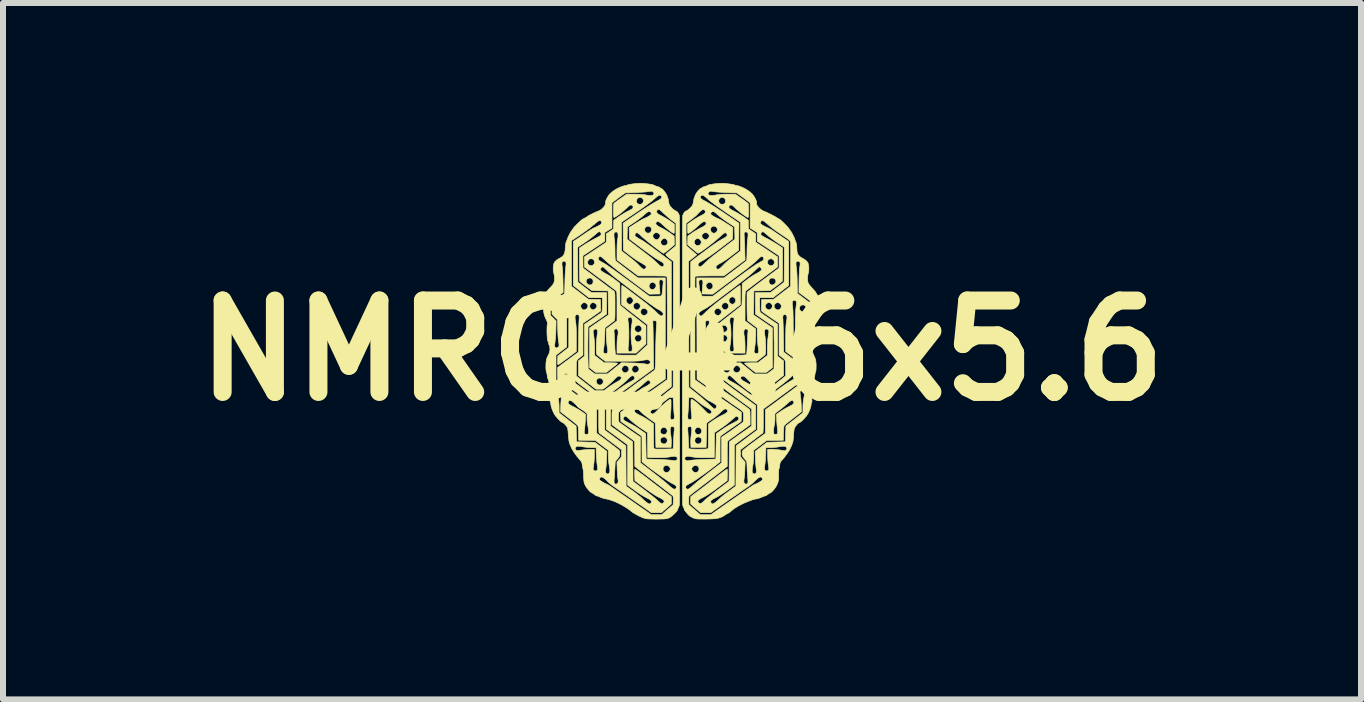
<source format=kicad_pcb>
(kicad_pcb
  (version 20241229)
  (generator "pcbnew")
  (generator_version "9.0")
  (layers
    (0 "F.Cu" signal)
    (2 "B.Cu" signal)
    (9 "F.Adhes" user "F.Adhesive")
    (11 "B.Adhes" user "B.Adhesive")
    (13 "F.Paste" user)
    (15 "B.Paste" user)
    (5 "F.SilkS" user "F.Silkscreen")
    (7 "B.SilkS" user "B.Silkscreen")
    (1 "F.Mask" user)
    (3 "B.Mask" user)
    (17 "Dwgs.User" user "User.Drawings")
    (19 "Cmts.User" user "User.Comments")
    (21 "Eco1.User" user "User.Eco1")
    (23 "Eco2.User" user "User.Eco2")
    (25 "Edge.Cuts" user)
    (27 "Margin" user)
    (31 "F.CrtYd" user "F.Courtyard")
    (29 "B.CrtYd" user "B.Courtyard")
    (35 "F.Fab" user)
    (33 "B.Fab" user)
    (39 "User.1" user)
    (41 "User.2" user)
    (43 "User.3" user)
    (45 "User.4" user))
  (footprint "NMRC_4.6x5.6"
    (layer "F.Cu")
    (at 8.317 2.793)
    (property "Reference" "NMRC_4.6x5.6" (at 0 0 0) (layer "F.SilkS") (effects (font (size 1.524 1.524) (thickness 0.3))))
    (attr through_hole)
    (fp_poly (pts (xy 0.698 -2.787) (xy 0.736 -2.784) (xy 0.777 -2.779) (xy 0.815 -2.774) (xy 0.847 -2.768) (xy 0.869 -2.763) (xy 0.876 -2.76) (xy 0.89 -2.753) (xy 0.903 -2.752) (xy 0.928 -2.748) (xy 0.965 -2.736) (xy 1.011 -2.717) (xy 1.024 -2.711) (xy 1.069 -2.688) (xy 1.115 -2.657) (xy 1.155 -2.624) (xy 1.169 -2.611) (xy 1.191 -2.584) (xy 1.211 -2.552) (xy 1.228 -2.519) (xy 1.239 -2.49) (xy 1.242 -2.469) (xy 1.241 -2.466) (xy 1.241 -2.448) (xy 1.248 -2.425) (xy 1.249 -2.423) (xy 1.266 -2.399) (xy 1.29 -2.373) (xy 1.318 -2.349) (xy 1.345 -2.331) (xy 1.36 -2.325) (xy 1.38 -2.317) (xy 1.411 -2.304) (xy 1.448 -2.286) (xy 1.488 -2.266) (xy 1.526 -2.246) (xy 1.559 -2.228) (xy 1.575 -2.218) (xy 1.6 -2.202) (xy 1.622 -2.19) (xy 1.63 -2.185) (xy 1.643 -2.176) (xy 1.663 -2.158) (xy 1.688 -2.134) (xy 1.715 -2.107) (xy 1.741 -2.08) (xy 1.764 -2.056) (xy 1.78 -2.037) (xy 1.786 -2.027) (xy 1.786 -2.026) (xy 1.792 -2.015) (xy 1.802 -2.004) (xy 1.814 -1.988) (xy 1.83 -1.962) (xy 1.847 -1.929) (xy 1.864 -1.895) (xy 1.877 -1.864) (xy 1.884 -1.841) (xy 1.891 -1.821) (xy 1.897 -1.808) (xy 1.904 -1.788) (xy 1.91 -1.756) (xy 1.913 -1.713) (xy 1.914 -1.685) (xy 1.919 -1.634) (xy 1.938 -1.593) (xy 1.971 -1.561) (xy 2.004 -1.541) (xy 2.048 -1.515) (xy 2.081 -1.487) (xy 2.1 -1.459) (xy 2.103 -1.449) (xy 2.113 -1.392) (xy 2.113 -1.339) (xy 2.105 -1.294) (xy 2.105 -1.292) (xy 2.095 -1.251) (xy 2.092 -1.206) (xy 2.094 -1.163) (xy 2.102 -1.128) (xy 2.106 -1.119) (xy 2.119 -1.1) (xy 2.14 -1.074) (xy 2.165 -1.047) (xy 2.168 -1.043) (xy 2.221 -0.982) (xy 2.258 -0.921) (xy 2.279 -0.862) (xy 2.283 -0.834) (xy 2.288 -0.807) (xy 2.295 -0.784) (xy 2.296 -0.782) (xy 2.301 -0.761) (xy 2.299 -0.748) (xy 2.293 -0.73) (xy 2.287 -0.704) (xy 2.285 -0.694) (xy 2.273 -0.633) (xy 2.258 -0.583) (xy 2.24 -0.537) (xy 2.232 -0.521) (xy 2.218 -0.491) (xy 2.211 -0.469) (xy 2.21 -0.45) (xy 2.212 -0.431) (xy 2.215 -0.404) (xy 2.216 -0.365) (xy 2.216 -0.32) (xy 2.215 -0.272) (xy 2.212 -0.226) (xy 2.209 -0.186) (xy 2.204 -0.155) (xy 2.201 -0.144) (xy 2.19 -0.115) (xy 2.179 -0.088) (xy 2.179 -0.088) (xy 2.168 -0.043) (xy 2.171 0.007) (xy 2.186 0.056) (xy 2.189 0.064) (xy 2.21 0.107) (xy 2.224 0.145) (xy 2.231 0.183) (xy 2.235 0.228) (xy 2.235 0.26) (xy 2.234 0.296) (xy 2.233 0.326) (xy 2.23 0.345) (xy 2.228 0.351) (xy 2.223 0.361) (xy 2.218 0.383) (xy 2.214 0.408) (xy 2.21 0.437) (xy 2.205 0.46) (xy 2.202 0.47) (xy 2.196 0.483) (xy 2.189 0.505) (xy 2.186 0.516) (xy 2.178 0.549) (xy 2.168 0.582) (xy 2.167 0.588) (xy 2.16 0.624) (xy 2.157 0.673) (xy 2.159 0.734) (xy 2.164 0.798) (xy 2.165 0.836) (xy 2.163 0.86) (xy 2.16 0.867) (xy 2.153 0.884) (xy 2.152 0.898) (xy 2.148 0.925) (xy 2.138 0.961) (xy 2.123 1.001) (xy 2.104 1.041) (xy 2.089 1.067) (xy 2.07 1.094) (xy 2.045 1.123) (xy 2.018 1.152) (xy 1.992 1.176) (xy 1.97 1.194) (xy 1.955 1.202) (xy 1.954 1.202) (xy 1.94 1.209) (xy 1.921 1.226) (xy 1.901 1.25) (xy 1.883 1.276) (xy 1.878 1.287) (xy 1.868 1.317) (xy 1.862 1.363) (xy 1.86 1.401) (xy 1.857 1.443) (xy 1.853 1.483) (xy 1.849 1.515) (xy 1.846 1.526) (xy 1.824 1.588) (xy 1.791 1.656) (xy 1.747 1.725) (xy 1.696 1.792) (xy 1.658 1.834) (xy 1.642 1.855) (xy 1.633 1.878) (xy 1.628 1.91) (xy 1.624 1.939) (xy 1.62 1.961) (xy 1.616 1.969) (xy 1.613 1.981) (xy 1.611 2.006) (xy 1.61 2.04) (xy 1.61 2.068) (xy 1.61 2.115) (xy 1.608 2.149) (xy 1.604 2.176) (xy 1.598 2.199) (xy 1.592 2.214) (xy 1.583 2.234) (xy 1.579 2.244) (xy 1.567 2.267) (xy 1.548 2.295) (xy 1.526 2.322) (xy 1.503 2.346) (xy 1.484 2.364) (xy 1.471 2.371) (xy 1.471 2.371) (xy 1.46 2.376) (xy 1.442 2.388) (xy 1.431 2.396) (xy 1.41 2.411) (xy 1.393 2.42) (xy 1.389 2.421) (xy 1.374 2.425) (xy 1.353 2.433) (xy 1.352 2.433) (xy 1.307 2.452) (xy 1.269 2.465) (xy 1.242 2.472) (xy 1.235 2.472) (xy 1.214 2.476) (xy 1.18 2.485) (xy 1.139 2.5) (xy 1.092 2.518) (xy 1.044 2.538) (xy 1.008 2.555) (xy 0.932 2.594) (xy 0.869 2.634) (xy 0.82 2.673) (xy 0.82 2.673) (xy 0.794 2.695) (xy 0.763 2.714) (xy 0.737 2.728) (xy 0.713 2.742) (xy 0.698 2.753) (xy 0.681 2.764) (xy 0.654 2.776) (xy 0.626 2.786) (xy 0.603 2.793) (xy 0.579 2.798) (xy 0.552 2.802) (xy 0.516 2.804) (xy 0.47 2.806) (xy 0.419 2.807) (xy 0.367 2.808) (xy 0.319 2.807) (xy 0.278 2.807) (xy 0.247 2.805) (xy 0.233 2.804) (xy 0.186 2.789) (xy 0.139 2.765) (xy 0.121 2.752) (xy 0.108 2.74) (xy 0.091 2.721) (xy 0.073 2.699) (xy 0.056 2.678) (xy 0.043 2.661) (xy 0.038 2.651) (xy 0.038 2.65) (xy 0.038 2.644) (xy 0.031 2.627) (xy 0.029 2.623) (xy 0.018 2.598) (xy 0.01 2.575) (xy 0.01 2.575) (xy 0.01 2.564) (xy 0.009 2.538) (xy 0.009 2.496) (xy 0.009 2.494) (xy 0.112 2.494) (xy 0.112 2.501) (xy 0.114 2.569) (xy 0.21 2.652) (xy 0.305 2.735) (xy 0.48 2.735) (xy 0.615 2.64) (xy 0.682 2.593) (xy 0.759 2.539) (xy 0.843 2.481) (xy 0.929 2.421) (xy 1.015 2.361) (xy 1.095 2.306) (xy 1.132 2.28) (xy 1.163 2.259) (xy 1.19 2.241) (xy 1.209 2.23) (xy 1.216 2.227) (xy 1.23 2.223) (xy 1.254 2.212) (xy 1.281 2.197) (xy 1.308 2.181) (xy 1.328 2.167) (xy 1.339 2.157) (xy 1.342 2.136) (xy 1.331 2.117) (xy 1.312 2.106) (xy 1.294 2.109) (xy 1.268 2.125) (xy 1.235 2.152) (xy 1.197 2.19) (xy 1.194 2.193) (xy 1.172 2.213) (xy 1.142 2.237) (xy 1.109 2.261) (xy 1.105 2.264) (xy 1.072 2.286) (xy 1.032 2.314) (xy 0.99 2.343) (xy 0.965 2.36) (xy 0.932 2.384) (xy 0.889 2.414) (xy 0.839 2.448) (xy 0.787 2.484) (xy 0.738 2.519) (xy 0.69 2.552) (xy 0.643 2.585) (xy 0.599 2.616) (xy 0.563 2.641) (xy 0.537 2.659) (xy 0.535 2.661) (xy 0.479 2.701) (xy 0.394 2.701) (xy 0.309 2.701) (xy 0.226 2.629) (xy 0.144 2.556) (xy 0.144 2.495) (xy 0.145 2.434) (xy 0.214 2.382) (xy 0.242 2.361) (xy 0.28 2.332) (xy 0.325 2.298) (xy 0.374 2.26) (xy 0.424 2.222) (xy 0.44 2.209) (xy 0.513 2.153) (xy 0.573 2.107) (xy 0.622 2.069) (xy 0.661 2.039) (xy 0.692 2.016) (xy 0.715 1.999) (xy 0.731 1.987) (xy 0.742 1.98) (xy 0.748 1.977) (xy 0.752 1.976) (xy 0.752 1.976) (xy 0.754 1.986) (xy 0.755 2.008) (xy 0.756 2.041) (xy 0.755 2.074) (xy 0.752 2.168) (xy 0.588 2.29) (xy 0.539 2.327) (xy 0.49 2.361) (xy 0.445 2.391) (xy 0.407 2.416) (xy 0.379 2.433) (xy 0.368 2.438) (xy 0.321 2.461) (xy 0.286 2.482) (xy 0.267 2.5) (xy 0.262 2.511) (xy 0.268 2.525) (xy 0.28 2.54) (xy 0.292 2.549) (xy 0.306 2.551) (xy 0.323 2.543) (xy 0.346 2.526) (xy 0.377 2.497) (xy 0.383 2.49) (xy 0.404 2.472) (xy 0.435 2.445) (xy 0.476 2.413) (xy 0.522 2.377) (xy 0.572 2.338) (xy 0.608 2.311) (xy 0.783 2.18) (xy 0.786 1.85) (xy 0.788 1.52) (xy 0.889 1.448) (xy 0.935 1.415) (xy 0.985 1.38) (xy 1.034 1.346) (xy 1.074 1.317) (xy 1.075 1.317) (xy 1.159 1.257) (xy 1.16 0.974) (xy 1.132 0.953) (xy 1.119 0.943) (xy 1.093 0.924) (xy 1.058 0.898) (xy 1.015 0.867) (xy 0.966 0.831) (xy 0.913 0.792) (xy 0.893 0.778) (xy 0.836 0.736) (xy 0.781 0.694) (xy 0.728 0.654) (xy 0.681 0.617) (xy 0.643 0.585) (xy 0.616 0.561) (xy 0.612 0.558) (xy 0.584 0.531) (xy 0.56 0.51) (xy 0.543 0.496) (xy 0.535 0.491) (xy 0.519 0.497) (xy 0.502 0.512) (xy 0.492 0.529) (xy 0.491 0.534) (xy 0.498 0.549) (xy 0.519 0.567) (xy 0.555 0.589) (xy 0.606 0.616) (xy 0.607 0.617) (xy 0.623 0.626) (xy 0.65 0.643) (xy 0.687 0.668) (xy 0.731 0.698) (xy 0.781 0.733) (xy 0.834 0.77) (xy 0.888 0.808) (xy 0.941 0.846) (xy 0.992 0.883) (xy 1.037 0.916) (xy 1.076 0.944) (xy 1.105 0.967) (xy 1.12 0.978) (xy 1.126 0.985) (xy 1.13 0.996) (xy 1.132 1.014) (xy 1.134 1.041) (xy 1.134 1.082) (xy 1.135 1.113) (xy 1.135 1.236) (xy 1.048 1.299) (xy 1.005 1.33) (xy 0.955 1.366) (xy 0.905 1.402) (xy 0.864 1.432) (xy 0.828 1.457) (xy 0.797 1.48) (xy 0.774 1.498) (xy 0.761 1.509) (xy 0.76 1.51) (xy 0.758 1.521) (xy 0.757 1.546) (xy 0.755 1.584) (xy 0.754 1.631) (xy 0.754 1.685) (xy 0.754 1.725) (xy 0.754 1.93) (xy 0.696 1.975) (xy 0.671 1.995) (xy 0.635 2.023) (xy 0.593 2.056) (xy 0.547 2.091) (xy 0.512 2.118) (xy 0.429 2.182) (xy 0.358 2.236) (xy 0.298 2.282) (xy 0.249 2.32) (xy 0.209 2.35) (xy 0.178 2.374) (xy 0.155 2.393) (xy 0.138 2.406) (xy 0.127 2.416) (xy 0.12 2.422) (xy 0.116 2.425) (xy 0.116 2.425) (xy 0.114 2.437) (xy 0.112 2.462) (xy 0.112 2.494) (xy 0.009 2.494) (xy 0.008 2.439) (xy 0.008 2.37) (xy 0.008 2.287) (xy 0.008 2.267) (xy 0.061 2.267) (xy 0.064 2.292) (xy 0.08 2.308) (xy 0.096 2.311) (xy 0.11 2.306) (xy 0.134 2.289) (xy 0.165 2.264) (xy 0.195 2.237) (xy 0.225 2.212) (xy 0.264 2.178) (xy 0.312 2.14) (xy 0.365 2.097) (xy 0.42 2.054) (xy 0.468 2.017) (xy 0.66 1.87) (xy 0.66 1.442) (xy 0.692 1.421) (xy 0.725 1.399) (xy 0.764 1.372) (xy 0.806 1.343) (xy 0.85 1.312) (xy 0.893 1.281) (xy 0.934 1.253) (xy 0.968 1.228) (xy 0.996 1.208) (xy 1.013 1.195) (xy 1.018 1.19) (xy 1.021 1.178) (xy 1.023 1.153) (xy 1.024 1.121) (xy 1.024 1.103) (xy 1.024 1.069) (xy 1.023 1.045) (xy 1.017 1.026) (xy 1.006 1.01) (xy 0.987 0.993) (xy 0.958 0.972) (xy 0.929 0.952) (xy 0.894 0.928) (xy 0.859 0.904) (xy 0.83 0.884) (xy 0.821 0.878) (xy 0.802 0.864) (xy 0.771 0.842) (xy 0.733 0.816) (xy 0.691 0.786) (xy 0.66 0.765) (xy 0.612 0.731) (xy 0.555 0.691) (xy 0.494 0.648) (xy 0.435 0.606) (xy 0.394 0.578) (xy 0.25 0.476) (xy 0.248 -0.367) (xy 0.247 -0.461) (xy 0.388 -0.461) (xy 0.391 -0.424) (xy 0.392 -0.416) (xy 0.394 -0.397) (xy 0.396 -0.364) (xy 0.398 -0.317) (xy 0.4 -0.26) (xy 0.402 -0.195) (xy 0.403 -0.123) (xy 0.405 -0.047) (xy 0.405 -0.027) (xy 0.407 0.058) (xy 0.408 0.128) (xy 0.409 0.184) (xy 0.41 0.228) (xy 0.412 0.261) (xy 0.413 0.285) (xy 0.415 0.302) (xy 0.418 0.314) (xy 0.421 0.321) (xy 0.425 0.326) (xy 0.429 0.329) (xy 0.443 0.339) (xy 0.467 0.357) (xy 0.498 0.38) (xy 0.529 0.402) (xy 0.564 0.427) (xy 0.608 0.459) (xy 0.657 0.495) (xy 0.708 0.533) (xy 0.744 0.559) (xy 0.791 0.594) (xy 0.847 0.636) (xy 0.908 0.681) (xy 0.971 0.727) (xy 1.031 0.771) (xy 1.052 0.787) (xy 1.228 0.916) (xy 1.228 1.309) (xy 1.149 1.367) (xy 1.111 1.395) (xy 1.065 1.429) (xy 1.017 1.464) (xy 0.973 1.497) (xy 0.972 1.498) (xy 0.873 1.571) (xy 0.872 1.906) (xy 0.872 2.242) (xy 0.756 2.328) (xy 0.706 2.363) (xy 0.656 2.397) (xy 0.609 2.426) (xy 0.569 2.448) (xy 0.562 2.451) (xy 0.522 2.471) (xy 0.496 2.488) (xy 0.482 2.502) (xy 0.477 2.516) (xy 0.48 2.529) (xy 0.491 2.549) (xy 0.507 2.556) (xy 0.529 2.549) (xy 0.559 2.528) (xy 0.56 2.528) (xy 0.589 2.504) (xy 0.618 2.476) (xy 0.629 2.466) (xy 0.646 2.449) (xy 0.675 2.425) (xy 0.711 2.397) (xy 0.751 2.366) (xy 0.779 2.345) (xy 0.897 2.259) (xy 0.901 1.653) (xy 0.974 1.653) (xy 0.974 1.712) (xy 0.974 1.744) (xy 0.977 1.765) (xy 0.985 1.782) (xy 1.001 1.802) (xy 1.013 1.814) (xy 1.051 1.858) (xy 1.047 1.977) (xy 1.045 2.025) (xy 1.042 2.071) (xy 1.038 2.11) (xy 1.035 2.139) (xy 1.034 2.142) (xy 1.03 2.173) (xy 1.032 2.193) (xy 1.038 2.208) (xy 1.056 2.224) (xy 1.076 2.225) (xy 1.092 2.214) (xy 1.098 2.2) (xy 1.099 2.174) (xy 1.097 2.144) (xy 1.094 2.114) (xy 1.091 2.072) (xy 1.088 2.023) (xy 1.087 2.01) (xy 1.169 2.01) (xy 1.174 2.037) (xy 1.183 2.048) (xy 1.204 2.056) (xy 1.221 2.051) (xy 1.231 2.042) (xy 1.238 2.032) (xy 1.241 2.02) (xy 1.241 2.001) (xy 1.237 1.971) (xy 1.237 1.97) (xy 1.373 1.97) (xy 1.375 1.985) (xy 1.38 1.993) (xy 1.399 2.005) (xy 1.422 2.004) (xy 1.44 1.993) (xy 1.445 1.984) (xy 1.447 1.969) (xy 1.445 1.945) (xy 1.439 1.911) (xy 1.434 1.872) (xy 1.43 1.824) (xy 1.428 1.773) (xy 1.427 1.744) (xy 1.427 1.647) (xy 1.477 1.644) (xy 1.507 1.644) (xy 1.548 1.647) (xy 1.593 1.651) (xy 1.625 1.656) (xy 1.721 1.671) (xy 1.737 1.651) (xy 1.748 1.635) (xy 1.746 1.623) (xy 1.741 1.614) (xy 1.727 1.6) (xy 1.703 1.594) (xy 1.669 1.595) (xy 1.622 1.602) (xy 1.614 1.604) (xy 1.574 1.61) (xy 1.526 1.615) (xy 1.48 1.617) (xy 1.474 1.617) (xy 1.398 1.617) (xy 1.395 1.729) (xy 1.392 1.779) (xy 1.389 1.831) (xy 1.384 1.877) (xy 1.38 1.911) (xy 1.375 1.947) (xy 1.373 1.97) (xy 1.237 1.97) (xy 1.235 1.959) (xy 1.231 1.923) (xy 1.227 1.876) (xy 1.223 1.826) (xy 1.222 1.786) (xy 1.218 1.68) (xy 1.318 1.604) (xy 1.418 1.528) (xy 1.723 1.52) (xy 1.727 1.389) (xy 1.731 1.258) (xy 2.014 1.037) (xy 2.015 0.944) (xy 2.016 0.899) (xy 2.02 0.855) (xy 2.025 0.817) (xy 2.028 0.8) (xy 2.036 0.757) (xy 2.04 0.717) (xy 2.039 0.685) (xy 2.033 0.665) (xy 2.03 0.662) (xy 2.011 0.653) (xy 1.989 0.658) (xy 1.978 0.668) (xy 1.97 0.678) (xy 1.967 0.69) (xy 1.968 0.71) (xy 1.972 0.74) (xy 1.973 0.746) (xy 1.978 0.781) (xy 1.982 0.825) (xy 1.985 0.875) (xy 1.987 0.914) (xy 1.99 1.02) (xy 1.854 1.126) (xy 1.812 1.159) (xy 1.774 1.189) (xy 1.742 1.214) (xy 1.719 1.233) (xy 1.707 1.244) (xy 1.706 1.245) (xy 1.7 1.256) (xy 1.697 1.277) (xy 1.694 1.31) (xy 1.692 1.357) (xy 1.691 1.376) (xy 1.689 1.494) (xy 1.55 1.496) (xy 1.411 1.498) (xy 1.303 1.58) (xy 1.194 1.662) (xy 1.194 1.756) (xy 1.193 1.802) (xy 1.189 1.849) (xy 1.185 1.891) (xy 1.181 1.909) (xy 1.171 1.967) (xy 1.169 2.01) (xy 1.087 2.01) (xy 1.085 1.974) (xy 1.085 1.968) (xy 1.079 1.849) (xy 1.041 1.803) (xy 1.019 1.775) (xy 1.007 1.753) (xy 1.002 1.73) (xy 1.001 1.718) (xy 1.002 1.686) (xy 1.013 1.664) (xy 1.014 1.663) (xy 1.024 1.653) (xy 1.047 1.635) (xy 1.079 1.61) (xy 1.118 1.58) (xy 1.164 1.546) (xy 1.209 1.512) (xy 1.389 1.379) (xy 1.389 1.341) (xy 1.524 1.341) (xy 1.527 1.374) (xy 1.529 1.384) (xy 1.541 1.394) (xy 1.56 1.397) (xy 1.58 1.392) (xy 1.591 1.382) (xy 1.594 1.363) (xy 1.593 1.33) (xy 1.591 1.312) (xy 1.587 1.28) (xy 1.583 1.238) (xy 1.579 1.191) (xy 1.578 1.16) (xy 1.573 1.062) (xy 1.64 1.015) (xy 1.68 0.989) (xy 1.726 0.962) (xy 1.769 0.939) (xy 1.777 0.935) (xy 1.819 0.914) (xy 1.846 0.897) (xy 1.861 0.881) (xy 1.865 0.865) (xy 1.861 0.85) (xy 1.85 0.834) (xy 1.835 0.83) (xy 1.814 0.837) (xy 1.786 0.856) (xy 1.749 0.888) (xy 1.745 0.892) (xy 1.708 0.925) (xy 1.667 0.959) (xy 1.628 0.989) (xy 1.614 0.999) (xy 1.585 1.02) (xy 1.563 1.037) (xy 1.551 1.05) (xy 1.549 1.053) (xy 1.549 1.066) (xy 1.549 1.09) (xy 1.549 1.122) (xy 1.549 1.127) (xy 1.548 1.169) (xy 1.543 1.214) (xy 1.537 1.248) (xy 1.528 1.298) (xy 1.524 1.341) (xy 1.389 1.341) (xy 1.389 0.985) (xy 1.552 0.866) (xy 1.605 0.826) (xy 1.66 0.786) (xy 1.714 0.746) (xy 1.763 0.71) (xy 1.803 0.68) (xy 1.812 0.674) (xy 1.909 0.601) (xy 1.988 0.601) (xy 2.066 0.601) (xy 2.066 0.077) (xy 2.009 0.032) (xy 1.978 0.008) (xy 1.947 -0.016) (xy 1.923 -0.034) (xy 1.92 -0.037) (xy 1.888 -0.06) (xy 1.888 -0.358) (xy 1.889 -0.454) (xy 1.889 -0.535) (xy 1.891 -0.601) (xy 1.893 -0.654) (xy 1.896 -0.695) (xy 1.896 -0.696) (xy 1.957 -0.696) (xy 1.968 -0.672) (xy 1.987 -0.654) (xy 2.012 -0.645) (xy 2.041 -0.648) (xy 2.044 -0.649) (xy 2.058 -0.66) (xy 2.071 -0.678) (xy 2.071 -0.679) (xy 2.079 -0.697) (xy 2.078 -0.712) (xy 2.068 -0.731) (xy 2.047 -0.752) (xy 2.02 -0.762) (xy 1.992 -0.758) (xy 1.973 -0.746) (xy 1.958 -0.721) (xy 1.957 -0.696) (xy 1.896 -0.696) (xy 1.9 -0.726) (xy 1.9 -0.728) (xy 1.906 -0.773) (xy 1.907 -0.804) (xy 1.901 -0.824) (xy 1.888 -0.835) (xy 1.868 -0.838) (xy 1.865 -0.838) (xy 1.848 -0.831) (xy 1.838 -0.81) (xy 1.837 -0.774) (xy 1.843 -0.733) (xy 1.846 -0.704) (xy 1.849 -0.661) (xy 1.851 -0.603) (xy 1.853 -0.529) (xy 1.853 -0.439) (xy 1.854 -0.363) (xy 1.854 -0.052) (xy 2.036 0.09) (xy 2.039 0.164) (xy 2.039 0.201) (xy 2.038 0.224) (xy 2.035 0.234) (xy 2.03 0.236) (xy 2.02 0.23) (xy 1.999 0.216) (xy 1.969 0.194) (xy 1.931 0.167) (xy 1.889 0.136) (xy 1.873 0.124) (xy 1.727 0.015) (xy 1.727 -0.199) (xy 1.728 -0.277) (xy 1.729 -0.341) (xy 1.731 -0.392) (xy 1.734 -0.434) (xy 1.738 -0.468) (xy 1.74 -0.483) (xy 1.748 -0.529) (xy 1.749 -0.561) (xy 1.744 -0.582) (xy 1.733 -0.594) (xy 1.723 -0.598) (xy 1.698 -0.599) (xy 1.684 -0.586) (xy 1.679 -0.561) (xy 1.68 -0.538) (xy 1.682 -0.519) (xy 1.683 -0.485) (xy 1.685 -0.44) (xy 1.687 -0.385) (xy 1.688 -0.323) (xy 1.69 -0.257) (xy 1.69 -0.235) (xy 1.695 0.026) (xy 1.868 0.155) (xy 2.041 0.283) (xy 2.039 0.427) (xy 2.036 0.572) (xy 1.966 0.574) (xy 1.896 0.576) (xy 1.795 0.65) (xy 1.759 0.677) (xy 1.712 0.712) (xy 1.658 0.751) (xy 1.602 0.792) (xy 1.547 0.833) (xy 1.525 0.849) (xy 1.355 0.974) (xy 1.355 1.17) (xy 1.355 1.226) (xy 1.355 1.276) (xy 1.353 1.318) (xy 1.352 1.349) (xy 1.35 1.368) (xy 1.349 1.371) (xy 1.341 1.378) (xy 1.32 1.393) (xy 1.29 1.416) (xy 1.252 1.444) (xy 1.208 1.478) (xy 1.159 1.514) (xy 1.158 1.515) (xy 0.974 1.653) (xy 0.901 1.653) (xy 0.902 1.587) (xy 1.253 1.325) (xy 1.253 0.9) (xy 1.111 0.795) (xy 1.059 0.757) (xy 1.002 0.715) (xy 0.946 0.673) (xy 0.894 0.635) (xy 0.859 0.609) (xy 0.796 0.563) (xy 0.739 0.52) (xy 0.688 0.483) (xy 0.658 0.461) (xy 0.753 0.461) (xy 0.763 0.478) (xy 0.787 0.497) (xy 0.825 0.519) (xy 0.847 0.53) (xy 0.876 0.546) (xy 0.914 0.57) (xy 0.957 0.599) (xy 1.002 0.631) (xy 1.027 0.649) (xy 1.144 0.737) (xy 1.484 0.737) (xy 1.627 0.63) (xy 1.676 0.595) (xy 1.726 0.56) (xy 1.774 0.529) (xy 1.815 0.503) (xy 1.847 0.485) (xy 1.848 0.484) (xy 1.89 0.461) (xy 1.917 0.442) (xy 1.93 0.425) (xy 1.93 0.408) (xy 1.922 0.393) (xy 1.908 0.383) (xy 1.892 0.383) (xy 1.87 0.394) (xy 1.842 0.417) (xy 1.813 0.443) (xy 1.785 0.469) (xy 1.746 0.502) (xy 1.701 0.538) (xy 1.654 0.575) (xy 1.615 0.604) (xy 1.482 0.703) (xy 1.318 0.704) (xy 1.266 0.704) (xy 1.22 0.703) (xy 1.182 0.702) (xy 1.155 0.7) (xy 1.142 0.698) (xy 1.142 0.698) (xy 1.116 0.681) (xy 1.081 0.655) (xy 1.041 0.624) (xy 0.998 0.59) (xy 0.957 0.557) (xy 0.92 0.526) (xy 0.892 0.5) (xy 0.88 0.487) (xy 0.854 0.462) (xy 0.837 0.446) (xy 0.978 0.446) (xy 0.979 0.465) (xy 0.993 0.485) (xy 1.024 0.508) (xy 1.062 0.529) (xy 1.099 0.549) (xy 1.142 0.576) (xy 1.183 0.605) (xy 1.197 0.615) (xy 1.266 0.668) (xy 1.34 0.669) (xy 1.414 0.669) (xy 1.492 0.608) (xy 1.534 0.575) (xy 1.582 0.538) (xy 1.628 0.501) (xy 1.649 0.485) (xy 1.727 0.422) (xy 1.727 0.297) (xy 1.727 0.246) (xy 1.726 0.21) (xy 1.723 0.183) (xy 1.717 0.163) (xy 1.705 0.147) (xy 1.688 0.131) (xy 1.664 0.111) (xy 1.657 0.106) (xy 1.617 0.074) (xy 1.617 -0.456) (xy 1.552 -0.5) (xy 1.485 -0.545) (xy 1.432 -0.582) (xy 1.391 -0.61) (xy 1.361 -0.631) (xy 1.342 -0.645) (xy 1.335 -0.651) (xy 1.329 -0.658) (xy 1.324 -0.67) (xy 1.322 -0.69) (xy 1.322 -0.72) (xy 1.322 -0.732) (xy 1.387 -0.732) (xy 1.4 -0.706) (xy 1.409 -0.697) (xy 1.436 -0.68) (xy 1.46 -0.68) (xy 1.485 -0.697) (xy 1.486 -0.698) (xy 1.504 -0.725) (xy 1.505 -0.751) (xy 1.535 -0.751) (xy 1.536 -0.723) (xy 1.553 -0.698) (xy 1.58 -0.68) (xy 1.609 -0.679) (xy 1.625 -0.685) (xy 1.643 -0.703) (xy 1.654 -0.728) (xy 1.654 -0.753) (xy 1.651 -0.761) (xy 1.63 -0.788) (xy 1.603 -0.799) (xy 1.575 -0.796) (xy 1.549 -0.777) (xy 1.535 -0.751) (xy 1.505 -0.751) (xy 1.505 -0.753) (xy 1.492 -0.778) (xy 1.467 -0.797) (xy 1.439 -0.8) (xy 1.412 -0.787) (xy 1.41 -0.785) (xy 1.39 -0.76) (xy 1.387 -0.732) (xy 1.322 -0.732) (xy 1.323 -0.757) (xy 1.325 -0.851) (xy 1.427 -0.853) (xy 1.528 -0.856) (xy 1.668 -0.964) (xy 1.808 -1.071) (xy 1.81 -1.435) (xy 1.81 -1.459) (xy 1.899 -1.459) (xy 1.9 -1.429) (xy 1.905 -1.386) (xy 1.909 -1.357) (xy 1.912 -1.325) (xy 1.915 -1.286) (xy 1.917 -1.239) (xy 1.919 -1.182) (xy 1.92 -1.113) (xy 1.922 -1.03) (xy 1.922 -0.995) (xy 1.923 -0.953) (xy 2.028 -0.873) (xy 2.134 -0.794) (xy 2.134 -0.605) (xy 2.087 -0.559) (xy 2.041 -0.514) (xy 2.038 -0.365) (xy 2.037 -0.31) (xy 2.034 -0.255) (xy 2.03 -0.205) (xy 2.026 -0.165) (xy 2.024 -0.146) (xy 2.018 -0.112) (xy 2.016 -0.09) (xy 2.017 -0.076) (xy 2.022 -0.066) (xy 2.027 -0.06) (xy 2.046 -0.045) (xy 2.064 -0.045) (xy 2.079 -0.054) (xy 2.086 -0.061) (xy 2.09 -0.07) (xy 2.09 -0.085) (xy 2.087 -0.109) (xy 2.083 -0.137) (xy 2.079 -0.17) (xy 2.075 -0.216) (xy 2.072 -0.268) (xy 2.069 -0.323) (xy 2.068 -0.351) (xy 2.065 -0.495) (xy 2.112 -0.542) (xy 2.159 -0.588) (xy 2.159 -0.812) (xy 2.053 -0.891) (xy 1.947 -0.969) (xy 1.95 -1.156) (xy 1.951 -1.214) (xy 1.953 -1.271) (xy 1.956 -1.322) (xy 1.959 -1.364) (xy 1.962 -1.393) (xy 1.963 -1.399) (xy 1.969 -1.441) (xy 1.966 -1.469) (xy 1.954 -1.485) (xy 1.935 -1.49) (xy 1.916 -1.488) (xy 1.904 -1.478) (xy 1.899 -1.459) (xy 1.81 -1.459) (xy 1.81 -1.513) (xy 1.811 -1.585) (xy 1.811 -1.651) (xy 1.81 -1.709) (xy 1.81 -1.756) (xy 1.809 -1.791) (xy 1.809 -1.812) (xy 1.808 -1.817) (xy 1.799 -1.83) (xy 1.778 -1.85) (xy 1.749 -1.872) (xy 1.738 -1.88) (xy 1.703 -1.903) (xy 1.66 -1.932) (xy 1.616 -1.962) (xy 1.583 -1.984) (xy 1.54 -2.015) (xy 1.495 -2.049) (xy 1.452 -2.084) (xy 1.427 -2.106) (xy 1.391 -2.137) (xy 1.363 -2.158) (xy 1.344 -2.167) (xy 1.341 -2.167) (xy 1.321 -2.16) (xy 1.309 -2.142) (xy 1.307 -2.121) (xy 1.308 -2.118) (xy 1.317 -2.108) (xy 1.339 -2.092) (xy 1.368 -2.075) (xy 1.402 -2.058) (xy 1.436 -2.043) (xy 1.442 -2.041) (xy 1.459 -2.032) (xy 1.486 -2.016) (xy 1.517 -1.996) (xy 1.531 -1.987) (xy 1.565 -1.963) (xy 1.607 -1.934) (xy 1.652 -1.904) (xy 1.687 -1.88) (xy 1.778 -1.818) (xy 1.778 -1.085) (xy 1.704 -1.028) (xy 1.666 -0.998) (xy 1.625 -0.966) (xy 1.588 -0.938) (xy 1.573 -0.926) (xy 1.516 -0.881) (xy 1.406 -0.881) (xy 1.295 -0.881) (xy 1.295 -0.763) (xy 1.296 -0.715) (xy 1.297 -0.682) (xy 1.299 -0.659) (xy 1.302 -0.645) (xy 1.307 -0.636) (xy 1.31 -0.633) (xy 1.323 -0.624) (xy 1.348 -0.606) (xy 1.382 -0.582) (xy 1.425 -0.552) (xy 1.474 -0.519) (xy 1.526 -0.483) (xy 1.552 -0.466) (xy 1.592 -0.439) (xy 1.592 0.092) (xy 1.643 0.132) (xy 1.693 0.172) (xy 1.693 0.414) (xy 1.401 0.643) (xy 1.282 0.643) (xy 1.218 0.595) (xy 1.181 0.564) (xy 1.142 0.529) (xy 1.119 0.507) (xy 1.28 0.507) (xy 1.281 0.534) (xy 1.296 0.558) (xy 1.297 0.558) (xy 1.323 0.574) (xy 1.351 0.572) (xy 1.375 0.558) (xy 1.392 0.536) (xy 1.396 0.51) (xy 1.388 0.485) (xy 1.37 0.466) (xy 1.343 0.457) (xy 1.338 0.457) (xy 1.31 0.464) (xy 1.29 0.482) (xy 1.28 0.507) (xy 1.119 0.507) (xy 1.107 0.495) (xy 1.102 0.489) (xy 1.076 0.463) (xy 1.054 0.443) (xy 1.037 0.43) (xy 1.032 0.427) (xy 1.008 0.426) (xy 0.987 0.435) (xy 0.978 0.446) (xy 0.837 0.446) (xy 0.83 0.44) (xy 0.812 0.426) (xy 0.81 0.424) (xy 0.792 0.417) (xy 0.78 0.42) (xy 0.771 0.427) (xy 0.756 0.445) (xy 0.753 0.461) (xy 0.658 0.461) (xy 0.645 0.452) (xy 0.613 0.428) (xy 0.592 0.413) (xy 0.588 0.41) (xy 0.574 0.4) (xy 0.551 0.382) (xy 0.521 0.361) (xy 0.505 0.349) (xy 0.465 0.32) (xy 0.684 0.32) (xy 0.696 0.346) (xy 0.722 0.364) (xy 0.722 0.364) (xy 0.747 0.371) (xy 0.765 0.367) (xy 0.784 0.352) (xy 0.8 0.331) (xy 0.803 0.316) (xy 0.851 0.316) (xy 0.859 0.34) (xy 0.877 0.357) (xy 0.901 0.367) (xy 0.928 0.366) (xy 0.952 0.352) (xy 0.959 0.345) (xy 0.972 0.32) (xy 0.969 0.292) (xy 0.961 0.276) (xy 0.939 0.256) (xy 0.912 0.249) (xy 0.886 0.255) (xy 0.863 0.273) (xy 0.855 0.288) (xy 0.851 0.316) (xy 0.803 0.316) (xy 0.803 0.311) (xy 0.796 0.284) (xy 0.796 0.284) (xy 0.78 0.261) (xy 0.756 0.25) (xy 0.73 0.25) (xy 0.706 0.262) (xy 0.689 0.285) (xy 0.686 0.29) (xy 0.684 0.32) (xy 0.465 0.32) (xy 0.439 0.301) (xy 0.441 0.19) (xy 0.494 0.19) (xy 0.495 0.201) (xy 0.506 0.214) (xy 0.516 0.222) (xy 0.526 0.227) (xy 0.541 0.228) (xy 0.565 0.225) (xy 0.594 0.22) (xy 0.627 0.216) (xy 0.671 0.213) (xy 0.724 0.21) (xy 0.78 0.207) (xy 0.821 0.206) (xy 0.978 0.204) (xy 1.206 0.388) (xy 1.311 0.389) (xy 1.416 0.389) (xy 1.474 0.347) (xy 1.532 0.304) (xy 1.534 0.171) (xy 1.535 0.123) (xy 1.535 0.063) (xy 1.535 -0.005) (xy 1.535 -0.077) (xy 1.535 -0.147) (xy 1.534 -0.179) (xy 1.532 -0.397) (xy 1.475 -0.435) (xy 1.446 -0.455) (xy 1.407 -0.481) (xy 1.365 -0.51) (xy 1.323 -0.539) (xy 1.321 -0.54) (xy 1.223 -0.608) (xy 1.223 -0.965) (xy 1.35 -0.967) (xy 1.477 -0.969) (xy 1.587 -1.053) (xy 1.625 -1.082) (xy 1.657 -1.106) (xy 1.681 -1.125) (xy 1.697 -1.137) (xy 1.7 -1.139) (xy 1.701 -1.148) (xy 1.702 -1.172) (xy 1.702 -1.208) (xy 1.703 -1.256) (xy 1.703 -1.313) (xy 1.704 -1.377) (xy 1.704 -1.432) (xy 1.705 -1.723) (xy 1.59 -1.799) (xy 1.545 -1.83) (xy 1.501 -1.862) (xy 1.46 -1.893) (xy 1.428 -1.92) (xy 1.419 -1.928) (xy 1.392 -1.952) (xy 1.369 -1.97) (xy 1.352 -1.98) (xy 1.347 -1.981) (xy 1.327 -1.974) (xy 1.315 -1.955) (xy 1.314 -1.937) (xy 1.318 -1.927) (xy 1.33 -1.916) (xy 1.352 -1.902) (xy 1.385 -1.883) (xy 1.41 -1.871) (xy 1.458 -1.846) (xy 1.512 -1.815) (xy 1.563 -1.784) (xy 1.59 -1.767) (xy 1.676 -1.71) (xy 1.676 -1.437) (xy 1.676 -1.371) (xy 1.675 -1.309) (xy 1.675 -1.255) (xy 1.674 -1.211) (xy 1.672 -1.178) (xy 1.671 -1.159) (xy 1.67 -1.155) (xy 1.661 -1.147) (xy 1.641 -1.131) (xy 1.613 -1.109) (xy 1.579 -1.083) (xy 1.566 -1.073) (xy 1.468 -1) (xy 1.333 -0.997) (xy 1.198 -0.995) (xy 1.196 -0.794) (xy 1.193 -0.594) (xy 1.293 -0.526) (xy 1.335 -0.497) (xy 1.378 -0.468) (xy 1.417 -0.441) (xy 1.448 -0.42) (xy 1.45 -0.418) (xy 1.507 -0.378) (xy 1.507 0.285) (xy 1.407 0.364) (xy 1.315 0.364) (xy 1.223 0.364) (xy 1.132 0.292) (xy 1.099 0.265) (xy 1.071 0.241) (xy 1.052 0.223) (xy 1.042 0.213) (xy 1.041 0.211) (xy 1.049 0.208) (xy 1.072 0.205) (xy 1.108 0.204) (xy 1.152 0.203) (xy 1.263 0.203) (xy 1.342 0.142) (xy 1.422 0.08) (xy 1.422 -0.038) (xy 1.424 -0.113) (xy 1.429 -0.184) (xy 1.437 -0.243) (xy 1.443 -0.282) (xy 1.447 -0.308) (xy 1.447 -0.324) (xy 1.445 -0.335) (xy 1.439 -0.343) (xy 1.434 -0.348) (xy 1.413 -0.36) (xy 1.393 -0.358) (xy 1.378 -0.343) (xy 1.375 -0.335) (xy 1.374 -0.317) (xy 1.376 -0.289) (xy 1.38 -0.256) (xy 1.381 -0.253) (xy 1.386 -0.215) (xy 1.39 -0.17) (xy 1.393 -0.121) (xy 1.395 -0.072) (xy 1.395 -0.025) (xy 1.394 0.015) (xy 1.392 0.045) (xy 1.388 0.063) (xy 1.387 0.065) (xy 1.376 0.076) (xy 1.355 0.094) (xy 1.327 0.116) (xy 1.311 0.128) (xy 1.246 0.178) (xy 0.968 0.178) (xy 0.883 0.178) (xy 0.814 0.177) (xy 0.758 0.176) (xy 0.713 0.174) (xy 0.678 0.172) (xy 0.651 0.169) (xy 0.631 0.165) (xy 0.584 0.156) (xy 0.551 0.153) (xy 0.528 0.155) (xy 0.513 0.163) (xy 0.503 0.174) (xy 0.494 0.19) (xy 0.441 0.19) (xy 0.444 -0.038) (xy 0.445 -0.115) (xy 0.446 -0.189) (xy 0.447 -0.257) (xy 0.448 -0.318) (xy 0.449 -0.369) (xy 0.45 -0.408) (xy 0.451 -0.433) (xy 0.451 -0.436) (xy 0.453 -0.495) (xy 0.425 -0.498) (xy 0.404 -0.496) (xy 0.392 -0.485) (xy 0.388 -0.461) (xy 0.247 -0.461) (xy 0.247 -0.614) (xy 0.279 -0.614) (xy 0.287 -0.594) (xy 0.305 -0.579) (xy 0.321 -0.576) (xy 0.33 -0.581) (xy 0.348 -0.597) (xy 0.373 -0.62) (xy 0.4 -0.646) (xy 0.408 -0.654) (xy 0.536 -0.654) (xy 0.537 -0.632) (xy 0.553 -0.608) (xy 0.554 -0.607) (xy 0.58 -0.588) (xy 0.608 -0.586) (xy 0.634 -0.599) (xy 0.649 -0.619) (xy 0.657 -0.637) (xy 0.658 -0.656) (xy 0.648 -0.673) (xy 0.637 -0.685) (xy 0.611 -0.703) (xy 0.584 -0.704) (xy 0.558 -0.689) (xy 0.55 -0.679) (xy 0.536 -0.654) (xy 0.408 -0.654) (xy 0.429 -0.674) (xy 0.469 -0.709) (xy 0.515 -0.747) (xy 0.518 -0.75) (xy 0.661 -0.75) (xy 0.663 -0.723) (xy 0.678 -0.699) (xy 0.683 -0.695) (xy 0.71 -0.68) (xy 0.734 -0.681) (xy 0.758 -0.698) (xy 0.758 -0.698) (xy 0.775 -0.724) (xy 0.777 -0.751) (xy 0.767 -0.775) (xy 0.747 -0.793) (xy 0.72 -0.799) (xy 0.691 -0.792) (xy 0.671 -0.774) (xy 0.661 -0.75) (xy 0.518 -0.75) (xy 0.564 -0.787) (xy 0.612 -0.825) (xy 0.614 -0.826) (xy 0.782 -0.826) (xy 0.791 -0.8) (xy 0.813 -0.781) (xy 0.835 -0.772) (xy 0.852 -0.774) (xy 0.87 -0.787) (xy 0.876 -0.792) (xy 0.893 -0.818) (xy 0.896 -0.846) (xy 0.882 -0.872) (xy 0.87 -0.883) (xy 0.85 -0.895) (xy 0.831 -0.895) (xy 0.824 -0.893) (xy 0.798 -0.876) (xy 0.784 -0.853) (xy 0.782 -0.826) (xy 0.614 -0.826) (xy 0.614 -0.826) (xy 0.665 -0.865) (xy 0.72 -0.906) (xy 0.775 -0.948) (xy 0.824 -0.985) (xy 0.86 -1.013) (xy 0.896 -1.04) (xy 0.927 -1.062) (xy 0.951 -1.078) (xy 0.965 -1.086) (xy 0.968 -1.086) (xy 0.97 -1.076) (xy 0.971 -1.053) (xy 0.972 -1.017) (xy 0.973 -0.973) (xy 0.973 -0.924) (xy 0.973 -0.766) (xy 0.757 -0.598) (xy 0.542 -0.43) (xy 0.542 -0.096) (xy 0.635 -0.01) (xy 0.728 0.076) (xy 0.897 0.076) (xy 0.959 0.076) (xy 1.006 0.075) (xy 1.04 0.073) (xy 1.061 0.07) (xy 1.072 0.067) (xy 1.073 0.066) (xy 1.076 0.054) (xy 1.08 0.028) (xy 1.083 -0.008) (xy 1.085 -0.053) (xy 1.087 -0.093) (xy 1.089 -0.146) (xy 1.092 -0.197) (xy 1.094 -0.243) (xy 1.096 -0.278) (xy 1.097 -0.294) (xy 1.1 -0.323) (xy 1.099 -0.34) (xy 1.093 -0.349) (xy 1.082 -0.356) (xy 1.079 -0.357) (xy 1.057 -0.361) (xy 1.041 -0.351) (xy 1.032 -0.327) (xy 1.03 -0.292) (xy 1.036 -0.247) (xy 1.042 -0.22) (xy 1.045 -0.201) (xy 1.047 -0.168) (xy 1.049 -0.128) (xy 1.05 -0.083) (xy 1.05 -0.074) (xy 1.05 0.042) (xy 0.891 0.042) (xy 0.732 0.042) (xy 0.65 -0.035) (xy 0.567 -0.112) (xy 0.567 -0.213) (xy 0.638 -0.213) (xy 0.639 -0.189) (xy 0.656 -0.165) (xy 0.656 -0.165) (xy 0.676 -0.149) (xy 0.696 -0.145) (xy 0.723 -0.152) (xy 0.742 -0.167) (xy 0.753 -0.192) (xy 0.755 -0.219) (xy 0.755 -0.22) (xy 0.742 -0.244) (xy 0.721 -0.259) (xy 0.695 -0.262) (xy 0.669 -0.254) (xy 0.653 -0.24) (xy 0.638 -0.213) (xy 0.567 -0.213) (xy 0.567 -0.364) (xy 0.635 -0.364) (xy 0.64 -0.347) (xy 0.652 -0.328) (xy 0.653 -0.327) (xy 0.677 -0.309) (xy 0.706 -0.306) (xy 0.729 -0.314) (xy 0.749 -0.333) (xy 0.757 -0.36) (xy 0.75 -0.389) (xy 0.75 -0.389) (xy 0.732 -0.412) (xy 0.708 -0.422) (xy 0.69 -0.423) (xy 0.67 -0.416) (xy 0.651 -0.399) (xy 0.638 -0.377) (xy 0.635 -0.364) (xy 0.567 -0.364) (xy 0.567 -0.414) (xy 0.683 -0.505) (xy 0.796 -0.505) (xy 0.798 -0.468) (xy 0.805 -0.427) (xy 0.807 -0.419) (xy 0.811 -0.391) (xy 0.814 -0.351) (xy 0.816 -0.302) (xy 0.816 -0.251) (xy 0.814 -0.2) (xy 0.811 -0.155) (xy 0.807 -0.119) (xy 0.805 -0.11) (xy 0.799 -0.075) (xy 0.796 -0.04) (xy 0.797 -0.012) (xy 0.802 0.007) (xy 0.806 0.011) (xy 0.832 0.016) (xy 0.854 0.011) (xy 0.863 0.002) (xy 0.866 -0.018) (xy 0.864 -0.053) (xy 0.861 -0.077) (xy 0.856 -0.12) (xy 0.853 -0.175) (xy 0.852 -0.238) (xy 0.852 -0.302) (xy 0.853 -0.365) (xy 0.856 -0.42) (xy 0.861 -0.46) (xy 0.865 -0.493) (xy 0.867 -0.521) (xy 0.867 -0.537) (xy 0.866 -0.539) (xy 0.854 -0.551) (xy 0.834 -0.556) (xy 0.814 -0.553) (xy 0.808 -0.55) (xy 0.8 -0.534) (xy 0.796 -0.505) (xy 0.683 -0.505) (xy 0.779 -0.58) (xy 0.831 -0.621) (xy 0.878 -0.659) (xy 0.92 -0.692) (xy 0.954 -0.72) (xy 0.979 -0.74) (xy 0.993 -0.752) (xy 0.995 -0.755) (xy 0.997 -0.765) (xy 0.998 -0.79) (xy 1 -0.827) (xy 1.001 -0.872) (xy 1.001 -0.924) (xy 1.001 -0.941) (xy 1.002 -1.118) (xy 1.087 -1.184) (xy 1.126 -1.213) (xy 1.167 -1.241) (xy 1.204 -1.264) (xy 1.23 -1.278) (xy 1.27 -1.3) (xy 1.302 -1.321) (xy 1.322 -1.34) (xy 1.329 -1.354) (xy 1.323 -1.367) (xy 1.309 -1.383) (xy 1.294 -1.395) (xy 1.286 -1.397) (xy 1.277 -1.391) (xy 1.259 -1.376) (xy 1.235 -1.354) (xy 1.217 -1.336) (xy 1.196 -1.316) (xy 1.173 -1.295) (xy 1.145 -1.271) (xy 1.113 -1.244) (xy 1.074 -1.213) (xy 1.028 -1.176) (xy 0.972 -1.133) (xy 0.906 -1.083) (xy 0.828 -1.024) (xy 0.787 -0.993) (xy 0.735 -0.953) (xy 0.68 -0.912) (xy 0.627 -0.872) (xy 0.58 -0.835) (xy 0.541 -0.806) (xy 0.529 -0.797) (xy 0.49 -0.767) (xy 0.449 -0.739) (xy 0.412 -0.714) (xy 0.383 -0.697) (xy 0.381 -0.696) (xy 0.338 -0.673) (xy 0.309 -0.654) (xy 0.291 -0.639) (xy 0.282 -0.626) (xy 0.279 -0.614) (xy 0.247 -0.614) (xy 0.246 -1.15) (xy 0.28 -1.15) (xy 0.281 -1.124) (xy 0.282 -1.115) (xy 0.286 -1.079) (xy 0.289 -1.036) (xy 0.293 -0.995) (xy 0.296 -0.962) (xy 0.301 -0.934) (xy 0.306 -0.918) (xy 0.307 -0.917) (xy 0.318 -0.911) (xy 0.343 -0.908) (xy 0.383 -0.906) (xy 0.414 -0.906) (xy 0.513 -0.906) (xy 0.602 -0.972) (xy 0.719 -1.061) (xy 0.825 -1.14) (xy 0.918 -1.209) (xy 0.999 -1.268) (xy 1.069 -1.32) (xy 1.129 -1.362) (xy 1.179 -1.397) (xy 1.219 -1.425) (xy 1.251 -1.445) (xy 1.274 -1.459) (xy 1.3 -1.473) (xy 1.422 -1.473) (xy 1.43 -1.446) (xy 1.448 -1.426) (xy 1.473 -1.416) (xy 1.5 -1.417) (xy 1.524 -1.431) (xy 1.538 -1.456) (xy 1.538 -1.485) (xy 1.524 -1.512) (xy 1.523 -1.513) (xy 1.498 -1.528) (xy 1.471 -1.53) (xy 1.447 -1.52) (xy 1.429 -1.5) (xy 1.422 -1.473) (xy 1.3 -1.473) (xy 1.306 -1.477) (xy 1.333 -1.493) (xy 1.351 -1.505) (xy 1.357 -1.51) (xy 1.363 -1.531) (xy 1.357 -1.552) (xy 1.343 -1.566) (xy 1.324 -1.569) (xy 1.322 -1.569) (xy 1.309 -1.561) (xy 1.288 -1.544) (xy 1.263 -1.52) (xy 1.248 -1.506) (xy 1.222 -1.48) (xy 1.185 -1.449) (xy 1.142 -1.413) (xy 1.096 -1.377) (xy 1.063 -1.352) (xy 1.022 -1.321) (xy 0.971 -1.283) (xy 0.913 -1.24) (xy 0.85 -1.193) (xy 0.787 -1.146) (xy 0.727 -1.101) (xy 0.724 -1.099) (xy 0.512 -0.94) (xy 0.334 -0.944) (xy 0.335 -0.982) (xy 0.337 -1.01) (xy 0.34 -1.047) (xy 0.344 -1.085) (xy 0.344 -1.085) (xy 0.398 -1.085) (xy 0.404 -1.057) (xy 0.419 -1.037) (xy 0.44 -1.02) (xy 0.46 -1.017) (xy 0.487 -1.026) (xy 0.507 -1.043) (xy 0.515 -1.067) (xy 0.513 -1.094) (xy 0.5 -1.118) (xy 0.481 -1.133) (xy 0.461 -1.139) (xy 0.443 -1.136) (xy 0.433 -1.131) (xy 0.408 -1.11) (xy 0.398 -1.085) (xy 0.344 -1.085) (xy 0.344 -1.087) (xy 0.348 -1.122) (xy 0.348 -1.145) (xy 0.345 -1.16) (xy 0.339 -1.17) (xy 0.327 -1.181) (xy 0.312 -1.181) (xy 0.302 -1.177) (xy 0.288 -1.171) (xy 0.282 -1.164) (xy 0.28 -1.15) (xy 0.246 -1.15) (xy 0.245 -1.211) (xy 0.472 -1.211) (xy 0.699 -1.211) (xy 0.885 -1.351) (xy 0.934 -1.388) (xy 0.979 -1.423) (xy 1.017 -1.452) (xy 1.047 -1.476) (xy 1.068 -1.493) (xy 1.077 -1.501) (xy 1.077 -1.501) (xy 1.079 -1.512) (xy 1.08 -1.537) (xy 1.082 -1.574) (xy 1.083 -1.618) (xy 1.083 -1.657) (xy 1.084 -1.708) (xy 1.086 -1.758) (xy 1.088 -1.8) (xy 1.09 -1.833) (xy 1.092 -1.847) (xy 1.097 -1.881) (xy 1.1 -1.916) (xy 1.101 -1.928) (xy 1.099 -1.952) (xy 1.093 -1.966) (xy 1.08 -1.974) (xy 1.06 -1.979) (xy 1.045 -1.973) (xy 1.045 -1.972) (xy 1.038 -1.963) (xy 1.035 -1.947) (xy 1.035 -1.92) (xy 1.037 -1.906) (xy 1.038 -1.879) (xy 1.04 -1.84) (xy 1.043 -1.791) (xy 1.045 -1.737) (xy 1.046 -1.681) (xy 1.046 -1.681) (xy 1.051 -1.511) (xy 0.697 -1.245) (xy 0.459 -1.245) (xy 0.389 -1.244) (xy 0.333 -1.244) (xy 0.291 -1.243) (xy 0.26 -1.242) (xy 0.239 -1.24) (xy 0.226 -1.238) (xy 0.219 -1.235) (xy 0.217 -1.232) (xy 0.216 -1.222) (xy 0.216 -1.196) (xy 0.215 -1.156) (xy 0.215 -1.102) (xy 0.214 -1.035) (xy 0.214 -0.958) (xy 0.214 -0.87) (xy 0.214 -0.774) (xy 0.214 -0.67) (xy 0.214 -0.559) (xy 0.214 -0.443) (xy 0.214 -0.367) (xy 0.216 0.486) (xy 0.381 0.603) (xy 0.437 0.642) (xy 0.496 0.684) (xy 0.556 0.726) (xy 0.611 0.764) (xy 0.657 0.797) (xy 0.665 0.803) (xy 0.714 0.838) (xy 0.77 0.876) (xy 0.825 0.914) (xy 0.873 0.948) (xy 0.887 0.957) (xy 0.99 1.029) (xy 0.988 1.104) (xy 0.986 1.18) (xy 0.896 1.244) (xy 0.851 1.276) (xy 0.8 1.311) (xy 0.751 1.345) (xy 0.72 1.367) (xy 0.687 1.39) (xy 0.66 1.41) (xy 0.642 1.424) (xy 0.635 1.43) (xy 0.635 1.431) (xy 0.635 1.44) (xy 0.635 1.464) (xy 0.634 1.5) (xy 0.634 1.546) (xy 0.634 1.6) (xy 0.634 1.644) (xy 0.634 1.854) (xy 0.61 1.873) (xy 0.562 1.912) (xy 0.507 1.954) (xy 0.449 1.998) (xy 0.39 2.042) (xy 0.331 2.084) (xy 0.276 2.123) (xy 0.226 2.157) (xy 0.184 2.184) (xy 0.152 2.204) (xy 0.141 2.209) (xy 0.104 2.229) (xy 0.08 2.244) (xy 0.066 2.256) (xy 0.061 2.267) (xy 0.061 2.267) (xy 0.008 2.267) (xy 0.007 2.192) (xy 0.007 2.086) (xy 0.007 1.973) (xy 0.161 1.973) (xy 0.166 1.989) (xy 0.178 2.009) (xy 0.178 2.01) (xy 0.201 2.027) (xy 0.228 2.032) (xy 0.253 2.026) (xy 0.265 2.017) (xy 0.281 1.99) (xy 0.283 1.962) (xy 0.273 1.937) (xy 0.252 1.919) (xy 0.224 1.913) (xy 0.198 1.921) (xy 0.176 1.938) (xy 0.162 1.962) (xy 0.161 1.973) (xy 0.007 1.973) (xy 0.007 1.97) (xy 0.007 1.844) (xy 0.006 1.799) (xy 0.042 1.799) (xy 0.05 1.817) (xy 0.067 1.832) (xy 0.087 1.837) (xy 0.106 1.835) (xy 0.134 1.83) (xy 0.148 1.828) (xy 0.169 1.825) (xy 0.204 1.822) (xy 0.249 1.819) (xy 0.302 1.816) (xy 0.359 1.814) (xy 0.377 1.813) (xy 0.563 1.808) (xy 0.567 1.596) (xy 0.572 1.384) (xy 0.665 1.319) (xy 0.707 1.29) (xy 0.753 1.261) (xy 0.797 1.235) (xy 0.83 1.218) (xy 0.879 1.193) (xy 0.913 1.174) (xy 0.935 1.158) (xy 0.946 1.145) (xy 0.948 1.137) (xy 0.942 1.119) (xy 0.928 1.102) (xy 0.911 1.092) (xy 0.909 1.092) (xy 0.898 1.098) (xy 0.878 1.113) (xy 0.852 1.135) (xy 0.827 1.158) (xy 0.792 1.188) (xy 0.749 1.223) (xy 0.702 1.258) (xy 0.656 1.291) (xy 0.649 1.295) (xy 0.542 1.367) (xy 0.54 1.575) (xy 0.538 1.782) (xy 0.395 1.785) (xy 0.323 1.785) (xy 0.264 1.783) (xy 0.216 1.779) (xy 0.185 1.774) (xy 0.149 1.768) (xy 0.118 1.763) (xy 0.096 1.761) (xy 0.093 1.761) (xy 0.068 1.767) (xy 0.05 1.781) (xy 0.042 1.799) (xy 0.006 1.799) (xy 0.006 1.71) (xy 0.006 1.568) (xy 0.006 1.419) (xy 0.006 1.299) (xy 0.094 1.299) (xy 0.096 1.326) (xy 0.096 1.332) (xy 0.099 1.36) (xy 0.101 1.401) (xy 0.104 1.448) (xy 0.106 1.497) (xy 0.106 1.503) (xy 0.108 1.547) (xy 0.11 1.585) (xy 0.112 1.613) (xy 0.114 1.63) (xy 0.115 1.632) (xy 0.12 1.636) (xy 0.136 1.639) (xy 0.163 1.641) (xy 0.203 1.642) (xy 0.258 1.643) (xy 0.274 1.643) (xy 0.33 1.642) (xy 0.371 1.642) (xy 0.4 1.64) (xy 0.419 1.638) (xy 0.429 1.635) (xy 0.434 1.631) (xy 0.435 1.629) (xy 0.437 1.617) (xy 0.438 1.591) (xy 0.439 1.553) (xy 0.44 1.505) (xy 0.44 1.451) (xy 0.44 1.418) (xy 0.44 1.221) (xy 0.514 1.168) (xy 0.553 1.142) (xy 0.596 1.116) (xy 0.634 1.095) (xy 0.65 1.087) (xy 0.701 1.062) (xy 0.737 1.04) (xy 0.757 1.021) (xy 0.762 1.003) (xy 0.754 0.987) (xy 0.744 0.979) (xy 0.728 0.972) (xy 0.709 0.975) (xy 0.686 0.989) (xy 0.657 1.015) (xy 0.639 1.033) (xy 0.615 1.055) (xy 0.582 1.083) (xy 0.543 1.113) (xy 0.506 1.14) (xy 0.472 1.163) (xy 0.443 1.183) (xy 0.423 1.197) (xy 0.414 1.204) (xy 0.413 1.205) (xy 0.412 1.213) (xy 0.412 1.236) (xy 0.41 1.272) (xy 0.409 1.317) (xy 0.408 1.37) (xy 0.407 1.41) (xy 0.402 1.613) (xy 0.148 1.613) (xy 0.145 1.541) (xy 0.145 1.499) (xy 0.212 1.499) (xy 0.218 1.527) (xy 0.236 1.547) (xy 0.26 1.557) (xy 0.286 1.555) (xy 0.309 1.54) (xy 0.313 1.536) (xy 0.325 1.514) (xy 0.33 1.493) (xy 0.323 1.468) (xy 0.303 1.449) (xy 0.277 1.44) (xy 0.271 1.439) (xy 0.246 1.445) (xy 0.229 1.456) (xy 0.216 1.478) (xy 0.212 1.499) (xy 0.145 1.499) (xy 0.145 1.498) (xy 0.148 1.451) (xy 0.152 1.412) (xy 0.152 1.41) (xy 0.159 1.359) (xy 0.16 1.349) (xy 0.213 1.349) (xy 0.224 1.376) (xy 0.225 1.378) (xy 0.244 1.393) (xy 0.271 1.397) (xy 0.298 1.391) (xy 0.313 1.38) (xy 0.328 1.355) (xy 0.327 1.327) (xy 0.313 1.301) (xy 0.29 1.282) (xy 0.267 1.278) (xy 0.244 1.285) (xy 0.226 1.301) (xy 0.214 1.323) (xy 0.213 1.349) (xy 0.16 1.349) (xy 0.162 1.321) (xy 0.161 1.296) (xy 0.155 1.279) (xy 0.15 1.272) (xy 0.137 1.263) (xy 0.121 1.266) (xy 0.114 1.269) (xy 0.102 1.275) (xy 0.096 1.284) (xy 0.094 1.299) (xy 0.006 1.299) (xy 0.006 1.264) (xy 0.006 1.108) (xy 0.095 1.108) (xy 0.099 1.133) (xy 0.11 1.147) (xy 0.13 1.151) (xy 0.132 1.151) (xy 0.152 1.144) (xy 0.16 1.132) (xy 0.163 1.113) (xy 0.161 1.083) (xy 0.158 1.058) (xy 0.154 1.026) (xy 0.151 0.984) (xy 0.149 0.937) (xy 0.149 0.906) (xy 0.149 0.864) (xy 0.149 0.837) (xy 0.151 0.82) (xy 0.155 0.813) (xy 0.16 0.811) (xy 0.165 0.811) (xy 0.179 0.819) (xy 0.203 0.836) (xy 0.234 0.86) (xy 0.269 0.889) (xy 0.304 0.922) (xy 0.339 0.955) (xy 0.369 0.986) (xy 0.377 0.994) (xy 0.409 1.028) (xy 0.435 1.048) (xy 0.456 1.056) (xy 0.473 1.053) (xy 0.482 1.046) (xy 0.494 1.031) (xy 0.494 1.014) (xy 0.481 0.997) (xy 0.455 0.976) (xy 0.414 0.951) (xy 0.395 0.94) (xy 0.368 0.924) (xy 0.333 0.9) (xy 0.295 0.872) (xy 0.262 0.846) (xy 0.227 0.817) (xy 0.202 0.798) (xy 0.184 0.787) (xy 0.169 0.781) (xy 0.155 0.78) (xy 0.147 0.78) (xy 0.114 0.783) (xy 0.109 0.897) (xy 0.106 0.946) (xy 0.103 0.994) (xy 0.1 1.037) (xy 0.097 1.068) (xy 0.097 1.069) (xy 0.095 1.108) (xy 0.006 1.108) (xy 0.006 1.103) (xy 0.005 0.938) (xy 0.005 0.769) (xy 0.005 0.597) (xy 0.005 0.423) (xy 0.005 0.248) (xy 0.005 0.072) (xy 0.005 -0.103) (xy 0.005 -0.276) (xy 0.005 -0.448) (xy 0.006 -0.617) (xy 0.006 -0.782) (xy 0.006 -0.942) (xy 0.006 -1.097) (xy 0.006 -1.246) (xy 0.006 -1.388) (xy 0.007 -1.522) (xy 0.007 -1.647) (xy 0.007 -1.763) (xy 0.007 -1.868) (xy 0.008 -1.962) (xy 0.008 -2.044) (xy 0.009 -2.114) (xy 0.009 -2.122) (xy 0.068 -2.122) (xy 0.068 -1.94) (xy 0.068 -1.885) (xy 0.069 -1.837) (xy 0.07 -1.796) (xy 0.072 -1.766) (xy 0.074 -1.75) (xy 0.074 -1.748) (xy 0.083 -1.739) (xy 0.102 -1.722) (xy 0.128 -1.699) (xy 0.159 -1.672) (xy 0.163 -1.669) (xy 0.194 -1.642) (xy 0.22 -1.62) (xy 0.238 -1.604) (xy 0.245 -1.597) (xy 0.246 -1.597) (xy 0.239 -1.591) (xy 0.222 -1.577) (xy 0.198 -1.558) (xy 0.178 -1.542) (xy 0.11 -1.489) (xy 0.112 -0.438) (xy 0.114 0.613) (xy 0.25 0.721) (xy 0.297 0.76) (xy 0.346 0.801) (xy 0.391 0.841) (xy 0.431 0.876) (xy 0.458 0.902) (xy 0.487 0.93) (xy 0.512 0.952) (xy 0.53 0.968) (xy 0.538 0.973) (xy 0.539 0.973) (xy 0.551 0.969) (xy 0.561 0.962) (xy 0.574 0.943) (xy 0.574 0.92) (xy 0.569 0.909) (xy 0.559 0.901) (xy 0.539 0.887) (xy 0.513 0.871) (xy 0.487 0.856) (xy 0.464 0.844) (xy 0.45 0.838) (xy 0.448 0.838) (xy 0.44 0.833) (xy 0.42 0.819) (xy 0.391 0.797) (xy 0.355 0.769) (xy 0.314 0.736) (xy 0.292 0.719) (xy 0.144 0.6) (xy 0.144 -1.441) (xy 0.268 -1.441) (xy 0.268 -1.427) (xy 0.27 -1.419) (xy 0.282 -1.401) (xy 0.297 -1.396) (xy 0.319 -1.404) (xy 0.347 -1.426) (xy 0.379 -1.457) (xy 0.411 -1.488) (xy 0.45 -1.524) (xy 0.492 -1.558) (xy 0.516 -1.577) (xy 0.549 -1.602) (xy 0.591 -1.634) (xy 0.64 -1.671) (xy 0.69 -1.71) (xy 0.739 -1.747) (xy 0.881 -1.856) (xy 0.879 -1.959) (xy 0.876 -2.062) (xy 0.756 -2.142) (xy 0.712 -2.172) (xy 0.67 -2.203) (xy 0.632 -2.232) (xy 0.603 -2.257) (xy 0.591 -2.267) (xy 0.558 -2.297) (xy 0.533 -2.313) (xy 0.513 -2.318) (xy 0.495 -2.31) (xy 0.489 -2.305) (xy 0.478 -2.29) (xy 0.479 -2.276) (xy 0.482 -2.27) (xy 0.495 -2.257) (xy 0.519 -2.241) (xy 0.549 -2.223) (xy 0.581 -2.208) (xy 0.609 -2.197) (xy 0.623 -2.19) (xy 0.649 -2.176) (xy 0.682 -2.156) (xy 0.72 -2.132) (xy 0.739 -2.12) (xy 0.847 -2.049) (xy 0.845 -1.954) (xy 0.842 -1.86) (xy 0.639 -1.705) (xy 0.581 -1.661) (xy 0.525 -1.62) (xy 0.472 -1.582) (xy 0.426 -1.551) (xy 0.388 -1.526) (xy 0.363 -1.511) (xy 0.321 -1.488) (xy 0.292 -1.47) (xy 0.275 -1.455) (xy 0.268 -1.441) (xy 0.144 -1.441) (xy 0.144 -1.479) (xy 0.163 -1.495) (xy 0.178 -1.507) (xy 0.203 -1.526) (xy 0.232 -1.549) (xy 0.246 -1.559) (xy 0.273 -1.579) (xy 0.31 -1.607) (xy 0.354 -1.639) (xy 0.401 -1.675) (xy 0.449 -1.71) (xy 0.449 -1.71) (xy 0.495 -1.744) (xy 0.542 -1.777) (xy 0.585 -1.806) (xy 0.621 -1.83) (xy 0.647 -1.845) (xy 0.648 -1.846) (xy 0.692 -1.87) (xy 0.723 -1.888) (xy 0.742 -1.903) (xy 0.751 -1.917) (xy 0.752 -1.93) (xy 0.746 -1.946) (xy 0.745 -1.947) (xy 0.733 -1.961) (xy 0.717 -1.963) (xy 0.695 -1.953) (xy 0.666 -1.93) (xy 0.639 -1.904) (xy 0.614 -1.881) (xy 0.578 -1.85) (xy 0.535 -1.814) (xy 0.488 -1.776) (xy 0.439 -1.738) (xy 0.428 -1.73) (xy 0.378 -1.693) (xy 0.34 -1.665) (xy 0.311 -1.645) (xy 0.291 -1.632) (xy 0.277 -1.626) (xy 0.267 -1.623) (xy 0.26 -1.625) (xy 0.258 -1.626) (xy 0.245 -1.636) (xy 0.223 -1.654) (xy 0.194 -1.678) (xy 0.167 -1.701) (xy 0.093 -1.765) (xy 0.094 -1.8) (xy 0.204 -1.8) (xy 0.214 -1.774) (xy 0.236 -1.755) (xy 0.245 -1.751) (xy 0.273 -1.75) (xy 0.299 -1.762) (xy 0.309 -1.772) (xy 0.321 -1.801) (xy 0.316 -1.83) (xy 0.301 -1.85) (xy 0.275 -1.868) (xy 0.248 -1.868) (xy 0.223 -1.853) (xy 0.206 -1.828) (xy 0.204 -1.8) (xy 0.094 -1.8) (xy 0.095 -1.837) (xy 0.097 -1.908) (xy 0.11 -1.918) (xy 0.33 -1.918) (xy 0.334 -1.89) (xy 0.351 -1.867) (xy 0.376 -1.849) (xy 0.4 -1.848) (xy 0.421 -1.859) (xy 0.446 -1.883) (xy 0.454 -1.909) (xy 0.449 -1.931) (xy 0.431 -1.954) (xy 0.404 -1.965) (xy 0.373 -1.962) (xy 0.367 -1.96) (xy 0.341 -1.942) (xy 0.33 -1.918) (xy 0.11 -1.918) (xy 0.165 -1.958) (xy 0.205 -1.985) (xy 0.253 -2.013) (xy 0.263 -2.019) (xy 0.474 -2.019) (xy 0.481 -1.989) (xy 0.497 -1.968) (xy 0.521 -1.957) (xy 0.546 -1.958) (xy 0.57 -1.972) (xy 0.575 -1.978) (xy 0.59 -2.006) (xy 0.589 -2.032) (xy 0.574 -2.055) (xy 0.55 -2.071) (xy 0.523 -2.074) (xy 0.499 -2.065) (xy 0.481 -2.046) (xy 0.474 -2.019) (xy 0.263 -2.019) (xy 0.298 -2.039) (xy 0.311 -2.045) (xy 0.354 -2.067) (xy 0.383 -2.086) (xy 0.399 -2.103) (xy 0.403 -2.119) (xy 0.398 -2.134) (xy 0.386 -2.148) (xy 0.369 -2.151) (xy 0.346 -2.142) (xy 0.316 -2.121) (xy 0.278 -2.087) (xy 0.276 -2.085) (xy 0.24 -2.053) (xy 0.204 -2.022) (xy 0.17 -1.995) (xy 0.14 -1.973) (xy 0.116 -1.959) (xy 0.101 -1.953) (xy 0.098 -1.953) (xy 0.096 -1.964) (xy 0.094 -1.987) (xy 0.093 -2.018) (xy 0.093 -2.033) (xy 0.093 -2.107) (xy 0.166 -2.16) (xy 0.205 -2.186) (xy 0.247 -2.212) (xy 0.285 -2.234) (xy 0.3 -2.242) (xy 0.331 -2.257) (xy 0.357 -2.272) (xy 0.373 -2.283) (xy 0.375 -2.284) (xy 0.388 -2.304) (xy 0.388 -2.326) (xy 0.374 -2.344) (xy 0.369 -2.347) (xy 0.355 -2.351) (xy 0.342 -2.348) (xy 0.324 -2.337) (xy 0.31 -2.325) (xy 0.285 -2.303) (xy 0.264 -2.281) (xy 0.255 -2.27) (xy 0.241 -2.256) (xy 0.217 -2.235) (xy 0.186 -2.21) (xy 0.153 -2.184) (xy 0.068 -2.122) (xy 0.009 -2.122) (xy 0.009 -2.169) (xy 0.009 -2.21) (xy 0.01 -2.236) (xy 0.01 -2.246) (xy 0.022 -2.279) (xy 0.039 -2.306) (xy 0.058 -2.323) (xy 0.068 -2.327) (xy 0.087 -2.335) (xy 0.111 -2.353) (xy 0.137 -2.376) (xy 0.159 -2.401) (xy 0.174 -2.423) (xy 0.182 -2.444) (xy 0.189 -2.474) (xy 0.192 -2.493) (xy 0.196 -2.52) (xy 0.201 -2.539) (xy 0.204 -2.545) (xy 0.21 -2.556) (xy 0.211 -2.562) (xy 0.304 -2.562) (xy 0.306 -2.547) (xy 0.319 -2.531) (xy 0.345 -2.512) (xy 0.386 -2.49) (xy 0.395 -2.486) (xy 0.423 -2.47) (xy 0.463 -2.446) (xy 0.512 -2.416) (xy 0.567 -2.381) (xy 0.626 -2.342) (xy 0.686 -2.302) (xy 0.714 -2.283) (xy 0.949 -2.123) (xy 0.944 -1.673) (xy 0.834 -1.588) (xy 0.79 -1.555) (xy 0.745 -1.522) (xy 0.701 -1.493) (xy 0.665 -1.471) (xy 0.653 -1.464) (xy 0.611 -1.441) (xy 0.583 -1.421) (xy 0.568 -1.405) (xy 0.565 -1.39) (xy 0.572 -1.374) (xy 0.572 -1.373) (xy 0.586 -1.359) (xy 0.602 -1.355) (xy 0.622 -1.363) (xy 0.648 -1.384) (xy 0.681 -1.417) (xy 0.682 -1.417) (xy 0.702 -1.439) (xy 0.723 -1.459) (xy 0.745 -1.479) (xy 0.771 -1.502) (xy 0.804 -1.528) (xy 0.845 -1.561) (xy 0.896 -1.6) (xy 0.926 -1.624) (xy 0.974 -1.66) (xy 0.974 -2.14) (xy 0.73 -2.305) (xy 0.654 -2.358) (xy 0.585 -2.406) (xy 0.526 -2.449) (xy 0.478 -2.486) (xy 0.476 -2.487) (xy 0.61 -2.487) (xy 0.623 -2.457) (xy 0.623 -2.457) (xy 0.639 -2.443) (xy 0.663 -2.439) (xy 0.669 -2.438) (xy 0.696 -2.442) (xy 0.712 -2.454) (xy 0.715 -2.457) (xy 0.727 -2.487) (xy 0.724 -2.515) (xy 0.706 -2.539) (xy 0.706 -2.539) (xy 0.68 -2.554) (xy 0.656 -2.554) (xy 0.632 -2.539) (xy 0.614 -2.516) (xy 0.61 -2.487) (xy 0.476 -2.487) (xy 0.441 -2.515) (xy 0.424 -2.531) (xy 0.388 -2.563) (xy 0.36 -2.583) (xy 0.339 -2.59) (xy 0.323 -2.587) (xy 0.314 -2.579) (xy 0.304 -2.562) (xy 0.211 -2.562) (xy 0.212 -2.566) (xy 0.217 -2.584) (xy 0.23 -2.609) (xy 0.23 -2.61) (xy 0.434 -2.61) (xy 0.445 -2.596) (xy 0.465 -2.586) (xy 0.499 -2.583) (xy 0.546 -2.589) (xy 0.576 -2.595) (xy 0.612 -2.601) (xy 0.661 -2.605) (xy 0.719 -2.607) (xy 0.759 -2.607) (xy 0.887 -2.608) (xy 0.992 -2.534) (xy 1.029 -2.508) (xy 1.061 -2.485) (xy 1.086 -2.466) (xy 1.1 -2.455) (xy 1.103 -2.452) (xy 1.105 -2.44) (xy 1.107 -2.415) (xy 1.108 -2.38) (xy 1.109 -2.339) (xy 1.109 -2.33) (xy 1.109 -2.282) (xy 1.107 -2.249) (xy 1.105 -2.228) (xy 1.101 -2.219) (xy 1.099 -2.218) (xy 1.086 -2.223) (xy 1.063 -2.237) (xy 1.033 -2.257) (xy 0.999 -2.282) (xy 0.965 -2.308) (xy 0.933 -2.335) (xy 0.906 -2.358) (xy 0.894 -2.37) (xy 0.871 -2.394) (xy 0.85 -2.412) (xy 0.836 -2.422) (xy 0.836 -2.423) (xy 0.814 -2.427) (xy 0.794 -2.42) (xy 0.784 -2.407) (xy 0.781 -2.39) (xy 0.787 -2.375) (xy 0.805 -2.359) (xy 0.835 -2.34) (xy 0.867 -2.324) (xy 0.908 -2.302) (xy 0.956 -2.274) (xy 1.002 -2.244) (xy 1.025 -2.229) (xy 1.105 -2.172) (xy 1.106 -2.104) (xy 1.106 -2.072) (xy 1.107 -2.046) (xy 1.108 -2.032) (xy 1.108 -2.031) (xy 1.115 -2.024) (xy 1.133 -2.011) (xy 1.158 -1.993) (xy 1.168 -1.987) (xy 1.228 -1.947) (xy 1.228 -1.806) (xy 1.41 -1.685) (xy 1.592 -1.563) (xy 1.592 -1.393) (xy 1.336 -1.202) (xy 1.278 -1.159) (xy 1.224 -1.118) (xy 1.175 -1.081) (xy 1.133 -1.049) (xy 1.1 -1.024) (xy 1.077 -1.006) (xy 1.065 -0.997) (xy 1.065 -0.997) (xy 1.061 -0.992) (xy 1.057 -0.984) (xy 1.055 -0.971) (xy 1.053 -0.952) (xy 1.051 -0.925) (xy 1.05 -0.888) (xy 1.05 -0.838) (xy 1.05 -0.775) (xy 1.05 -0.738) (xy 1.05 -0.495) (xy 1.139 -0.429) (xy 1.228 -0.362) (xy 1.228 -0.26) (xy 1.226 -0.207) (xy 1.223 -0.149) (xy 1.217 -0.094) (xy 1.213 -0.065) (xy 1.199 0.027) (xy 1.218 0.043) (xy 1.241 0.053) (xy 1.262 0.047) (xy 1.276 0.027) (xy 1.277 0.013) (xy 1.275 -0.013) (xy 1.271 -0.047) (xy 1.267 -0.072) (xy 1.26 -0.124) (xy 1.256 -0.185) (xy 1.253 -0.248) (xy 1.253 -0.267) (xy 1.253 -0.377) (xy 1.176 -0.436) (xy 1.144 -0.46) (xy 1.118 -0.48) (xy 1.099 -0.494) (xy 1.091 -0.5) (xy 1.089 -0.509) (xy 1.088 -0.533) (xy 1.086 -0.569) (xy 1.085 -0.614) (xy 1.084 -0.667) (xy 1.083 -0.726) (xy 1.083 -0.786) (xy 1.083 -0.847) (xy 1.083 -0.906) (xy 1.083 -0.96) (xy 1.084 -0.97) (xy 1.09 -0.976) (xy 1.109 -0.992) (xy 1.138 -1.016) (xy 1.177 -1.046) (xy 1.224 -1.081) (xy 1.276 -1.122) (xy 1.311 -1.147) (xy 1.448 -1.147) (xy 1.456 -1.121) (xy 1.465 -1.109) (xy 1.49 -1.094) (xy 1.517 -1.095) (xy 1.544 -1.112) (xy 1.546 -1.113) (xy 1.563 -1.14) (xy 1.564 -1.167) (xy 1.549 -1.192) (xy 1.525 -1.207) (xy 1.496 -1.21) (xy 1.469 -1.201) (xy 1.463 -1.197) (xy 1.451 -1.175) (xy 1.448 -1.147) (xy 1.311 -1.147) (xy 1.334 -1.165) (xy 1.35 -1.177) (xy 1.617 -1.376) (xy 1.617 -1.478) (xy 1.617 -1.581) (xy 1.435 -1.702) (xy 1.253 -1.823) (xy 1.253 -1.896) (xy 1.253 -1.968) (xy 1.135 -2.042) (xy 1.135 -2.463) (xy 1.107 -2.484) (xy 1.073 -2.51) (xy 1.027 -2.544) (xy 0.968 -2.587) (xy 0.957 -2.595) (xy 0.91 -2.629) (xy 0.749 -2.634) (xy 0.694 -2.636) (xy 0.639 -2.639) (xy 0.589 -2.643) (xy 0.549 -2.647) (xy 0.525 -2.65) (xy 0.493 -2.655) (xy 0.473 -2.656) (xy 0.461 -2.654) (xy 0.452 -2.647) (xy 0.447 -2.641) (xy 0.434 -2.623) (xy 0.434 -2.61) (xy 0.23 -2.61) (xy 0.248 -2.637) (xy 0.269 -2.664) (xy 0.288 -2.686) (xy 0.305 -2.699) (xy 0.311 -2.701) (xy 0.323 -2.707) (xy 0.33 -2.713) (xy 0.345 -2.723) (xy 0.366 -2.731) (xy 0.39 -2.737) (xy 0.406 -2.743) (xy 0.439 -2.759) (xy 0.459 -2.767) (xy 0.47 -2.768) (xy 0.47 -2.768) (xy 0.485 -2.769) (xy 0.491 -2.771) (xy 0.509 -2.775) (xy 0.539 -2.779) (xy 0.577 -2.783) (xy 0.617 -2.786) (xy 0.656 -2.788) (xy 0.665 -2.788) (xy 0.698 -2.787)) (stroke (width 0.01) (type solid)) (fill yes) (layer "F.SilkS"))
    (fp_poly (pts (xy -0.661 -2.787) (xy -0.621 -2.784) (xy -0.582 -2.78) (xy -0.549 -2.776) (xy -0.528 -2.772) (xy -0.525 -2.771) (xy -0.509 -2.767) (xy -0.504 -2.768) (xy -0.493 -2.767) (xy -0.473 -2.759) (xy -0.441 -2.744) (xy -0.44 -2.743) (xy -0.423 -2.737) (xy -0.4 -2.731) (xy -0.378 -2.723) (xy -0.364 -2.713) (xy -0.351 -2.703) (xy -0.345 -2.701) (xy -0.331 -2.694) (xy -0.313 -2.676) (xy -0.292 -2.651) (xy -0.273 -2.624) (xy -0.257 -2.597) (xy -0.247 -2.574) (xy -0.246 -2.566) (xy -0.242 -2.55) (xy -0.238 -2.545) (xy -0.233 -2.535) (xy -0.228 -2.513) (xy -0.225 -2.493) (xy -0.22 -2.462) (xy -0.213 -2.434) (xy -0.208 -2.423) (xy -0.192 -2.4) (xy -0.169 -2.375) (xy -0.143 -2.351) (xy -0.119 -2.334) (xy -0.102 -2.327) (xy -0.083 -2.317) (xy -0.064 -2.294) (xy -0.049 -2.263) (xy -0.044 -2.246) (xy -0.044 -2.235) (xy -0.043 -2.209) (xy -0.043 -2.167) (xy -0.042 -2.11) (xy -0.042 -2.04) (xy -0.042 -1.958) (xy -0.041 -1.863) (xy -0.041 -1.757) (xy -0.041 -1.641) (xy -0.04 -1.515) (xy -0.04 -1.381) (xy -0.04 -1.239) (xy -0.04 -1.089) (xy -0.04 -0.934) (xy -0.04 -0.773) (xy -0.039 -0.608) (xy -0.039 -0.439) (xy -0.039 -0.267) (xy -0.039 -0.093) (xy -0.039 0.082) (xy -0.039 0.257) (xy -0.039 0.432) (xy -0.039 0.606) (xy -0.039 0.778) (xy -0.039 0.946) (xy -0.039 1.111) (xy -0.04 1.272) (xy -0.04 1.427) (xy -0.04 1.576) (xy -0.04 1.717) (xy -0.04 1.851) (xy -0.041 1.976) (xy -0.041 2.092) (xy -0.041 2.197) (xy -0.042 2.291) (xy -0.042 2.374) (xy -0.042 2.443) (xy -0.043 2.498) (xy -0.043 2.539) (xy -0.044 2.565) (xy -0.044 2.575) (xy -0.052 2.598) (xy -0.063 2.623) (xy -0.063 2.623) (xy -0.071 2.642) (xy -0.074 2.653) (xy -0.074 2.654) (xy -0.078 2.664) (xy -0.091 2.681) (xy -0.112 2.704) (xy -0.136 2.728) (xy -0.163 2.751) (xy -0.187 2.771) (xy -0.206 2.783) (xy -0.222 2.791) (xy -0.238 2.797) (xy -0.255 2.801) (xy -0.277 2.804) (xy -0.307 2.806) (xy -0.348 2.807) (xy -0.402 2.808) (xy -0.455 2.808) (xy -0.505 2.807) (xy -0.549 2.806) (xy -0.582 2.804) (xy -0.598 2.802) (xy -0.648 2.788) (xy -0.706 2.763) (xy -0.766 2.731) (xy -0.789 2.717) (xy -0.808 2.707) (xy -0.813 2.704) (xy -0.827 2.695) (xy -0.846 2.679) (xy -0.851 2.675) (xy -0.886 2.647) (xy -0.933 2.616) (xy -0.988 2.583) (xy -1.045 2.552) (xy -1.101 2.525) (xy -1.147 2.507) (xy -1.187 2.493) (xy -1.224 2.482) (xy -1.254 2.474) (xy -1.269 2.472) (xy -1.291 2.468) (xy -1.325 2.458) (xy -1.368 2.441) (xy -1.386 2.433) (xy -1.407 2.425) (xy -1.422 2.421) (xy -1.422 2.421) (xy -1.435 2.417) (xy -1.454 2.404) (xy -1.465 2.396) (xy -1.485 2.381) (xy -1.5 2.372) (xy -1.504 2.371) (xy -1.517 2.364) (xy -1.537 2.347) (xy -1.559 2.323) (xy -1.581 2.296) (xy -1.6 2.268) (xy -1.613 2.245) (xy -1.613 2.244) (xy -1.622 2.226) (xy -1.628 2.214) (xy -1.632 2.199) (xy -1.636 2.171) (xy -1.638 2.137) (xy -1.376 2.137) (xy -1.373 2.157) (xy -1.362 2.167) (xy -1.341 2.181) (xy -1.314 2.197) (xy -1.287 2.212) (xy -1.264 2.223) (xy -1.25 2.227) (xy -1.241 2.231) (xy -1.221 2.244) (xy -1.193 2.262) (xy -1.166 2.28) (xy -1.089 2.334) (xy -1.005 2.392) (xy -0.918 2.452) (xy -0.833 2.511) (xy -0.752 2.568) (xy -0.68 2.618) (xy -0.648 2.64) (xy -0.514 2.735) (xy -0.339 2.735) (xy -0.244 2.652) (xy -0.148 2.569) (xy -0.146 2.501) (xy -0.146 2.469) (xy -0.147 2.442) (xy -0.15 2.427) (xy -0.15 2.425) (xy -0.153 2.422) (xy -0.16 2.416) (xy -0.171 2.407) (xy -0.188 2.394) (xy -0.211 2.376) (xy -0.241 2.352) (xy -0.28 2.322) (xy -0.329 2.284) (xy -0.388 2.239) (xy -0.458 2.185) (xy -0.541 2.122) (xy -0.546 2.118) (xy -0.591 2.083) (xy -0.636 2.049) (xy -0.677 2.017) (xy -0.711 1.99) (xy -0.73 1.975) (xy -0.787 1.93) (xy -0.788 1.725) (xy -0.788 1.667) (xy -0.789 1.615) (xy -0.79 1.571) (xy -0.791 1.537) (xy -0.793 1.516) (xy -0.794 1.51) (xy -0.803 1.502) (xy -0.823 1.486) (xy -0.851 1.465) (xy -0.886 1.44) (xy -0.897 1.432) (xy -0.943 1.399) (xy -0.994 1.362) (xy -1.044 1.327) (xy -1.082 1.299) (xy -1.168 1.236) (xy -1.168 1.113) (xy -1.168 1.064) (xy -1.167 1.029) (xy -1.165 1.006) (xy -1.162 0.991) (xy -1.157 0.982) (xy -1.154 0.978) (xy -1.132 0.961) (xy -1.099 0.937) (xy -1.058 0.907) (xy -1.011 0.872) (xy -0.96 0.835) (xy -0.906 0.797) (xy -0.852 0.759) (xy -0.799 0.722) (xy -0.751 0.689) (xy -0.709 0.66) (xy -0.675 0.637) (xy -0.651 0.622) (xy -0.641 0.617) (xy -0.589 0.59) (xy -0.553 0.567) (xy -0.531 0.548) (xy -0.525 0.536) (xy -0.531 0.518) (xy -0.545 0.501) (xy -0.561 0.491) (xy -0.564 0.491) (xy -0.574 0.497) (xy -0.594 0.512) (xy -0.62 0.534) (xy -0.65 0.561) (xy -0.678 0.586) (xy -0.717 0.618) (xy -0.764 0.655) (xy -0.816 0.695) (xy -0.869 0.736) (xy -0.905 0.762) (xy -0.957 0.8) (xy -1.007 0.836) (xy -1.053 0.869) (xy -1.092 0.898) (xy -1.122 0.92) (xy -1.138 0.932) (xy -1.19 0.97) (xy -1.191 1.114) (xy -1.193 1.257) (xy -1.109 1.317) (xy -1.068 1.345) (xy -1.02 1.379) (xy -0.97 1.415) (xy -0.924 1.447) (xy -0.923 1.448) (xy -0.822 1.52) (xy -0.819 1.85) (xy -0.817 2.18) (xy -0.642 2.311) (xy -0.591 2.35) (xy -0.542 2.388) (xy -0.497 2.423) (xy -0.459 2.454) (xy -0.43 2.478) (xy -0.417 2.49) (xy -0.384 2.521) (xy -0.36 2.541) (xy -0.342 2.55) (xy -0.328 2.55) (xy -0.316 2.542) (xy -0.313 2.54) (xy -0.301 2.524) (xy -0.296 2.511) (xy -0.304 2.496) (xy -0.328 2.477) (xy -0.366 2.455) (xy -0.402 2.438) (xy -0.425 2.425) (xy -0.459 2.404) (xy -0.501 2.376) (xy -0.549 2.343) (xy -0.598 2.308) (xy -0.622 2.29) (xy -0.786 2.168) (xy -0.789 2.074) (xy -0.79 2.036) (xy -0.789 2.004) (xy -0.788 1.983) (xy -0.786 1.976) (xy -0.779 1.98) (xy -0.759 1.994) (xy -0.729 2.015) (xy -0.691 2.044) (xy -0.645 2.078) (xy -0.594 2.117) (xy -0.549 2.152) (xy -0.491 2.196) (xy -0.434 2.24) (xy -0.38 2.281) (xy -0.332 2.318) (xy -0.291 2.349) (xy -0.261 2.372) (xy -0.248 2.382) (xy -0.178 2.434) (xy -0.178 2.495) (xy -0.178 2.556) (xy -0.26 2.629) (xy -0.343 2.701) (xy -0.513 2.701) (xy -0.569 2.661) (xy -0.594 2.643) (xy -0.629 2.618) (xy -0.672 2.588) (xy -0.719 2.555) (xy -0.768 2.522) (xy -0.772 2.519) (xy -0.822 2.484) (xy -0.874 2.448) (xy -0.923 2.413) (xy -0.966 2.383) (xy -0.999 2.36) (xy -1.038 2.333) (xy -1.081 2.304) (xy -1.119 2.277) (xy -1.139 2.264) (xy -1.171 2.241) (xy -1.202 2.216) (xy -1.225 2.195) (xy -1.228 2.193) (xy -1.266 2.154) (xy -1.299 2.126) (xy -1.326 2.11) (xy -1.345 2.106) (xy -1.346 2.106) (xy -1.366 2.118) (xy -1.376 2.137) (xy -1.638 2.137) (xy -1.639 2.134) (xy -1.641 2.091) (xy -1.642 2.049) (xy -1.645 2.012) (xy -1.648 1.984) (xy -1.651 1.969) (xy -1.651 1.968) (xy -1.656 1.951) (xy -1.661 1.923) (xy -1.663 1.906) (xy -1.669 1.873) (xy -1.68 1.848) (xy -1.696 1.829) (xy -1.752 1.762) (xy -1.802 1.693) (xy -1.839 1.629) (xy -1.782 1.629) (xy -1.778 1.642) (xy -1.771 1.651) (xy -1.763 1.661) (xy -1.754 1.666) (xy -1.741 1.667) (xy -1.719 1.665) (xy -1.685 1.659) (xy -1.684 1.659) (xy -1.639 1.654) (xy -1.588 1.649) (xy -1.541 1.647) (xy -1.537 1.647) (xy -1.461 1.647) (xy -1.461 1.744) (xy -1.462 1.792) (xy -1.465 1.843) (xy -1.47 1.888) (xy -1.473 1.911) (xy -1.479 1.946) (xy -1.481 1.97) (xy -1.479 1.984) (xy -1.474 1.993) (xy -1.455 2.005) (xy -1.432 2.005) (xy -1.413 1.993) (xy -1.408 1.984) (xy -1.407 1.969) (xy -1.409 1.945) (xy -1.414 1.907) (xy -1.414 1.907) (xy -1.419 1.868) (xy -1.423 1.818) (xy -1.427 1.766) (xy -1.429 1.725) (xy -1.432 1.617) (xy -1.508 1.617) (xy -1.553 1.615) (xy -1.601 1.611) (xy -1.643 1.605) (xy -1.648 1.604) (xy -1.697 1.596) (xy -1.733 1.594) (xy -1.758 1.599) (xy -1.773 1.611) (xy -1.775 1.614) (xy -1.782 1.629) (xy -1.839 1.629) (xy -1.841 1.625) (xy -1.87 1.56) (xy -1.88 1.528) (xy -1.885 1.502) (xy -1.889 1.464) (xy -1.894 1.421) (xy -1.896 1.393) (xy -1.9 1.342) (xy -1.905 1.304) (xy -1.912 1.281) (xy -1.913 1.278) (xy -1.931 1.254) (xy -1.951 1.23) (xy -1.97 1.212) (xy -1.985 1.203) (xy -1.988 1.202) (xy -2.001 1.196) (xy -2.022 1.18) (xy -2.047 1.157) (xy -2.074 1.129) (xy -2.098 1.101) (xy -2.118 1.075) (xy -2.121 1.071) (xy -2.139 1.038) (xy -2.157 0.999) (xy -2.172 0.96) (xy -2.182 0.926) (xy -2.186 0.901) (xy -2.186 0.898) (xy -2.188 0.878) (xy -2.194 0.867) (xy -2.198 0.851) (xy -2.199 0.82) (xy -2.197 0.798) (xy -2.192 0.728) (xy -2.192 0.709) (xy -2.074 0.709) (xy -2.071 0.747) (xy -2.064 0.789) (xy -2.062 0.8) (xy -2.056 0.831) (xy -2.052 0.872) (xy -2.049 0.917) (xy -2.049 0.944) (xy -2.048 1.037) (xy -1.907 1.148) (xy -1.765 1.258) (xy -1.761 1.389) (xy -1.757 1.52) (xy -1.452 1.528) (xy -1.352 1.604) (xy -1.252 1.68) (xy -1.256 1.786) (xy -1.258 1.835) (xy -1.261 1.885) (xy -1.265 1.931) (xy -1.269 1.959) (xy -1.274 1.993) (xy -1.275 2.015) (xy -1.273 2.029) (xy -1.267 2.039) (xy -1.265 2.042) (xy -1.249 2.055) (xy -1.234 2.055) (xy -1.219 2.049) (xy -1.207 2.034) (xy -1.203 2.007) (xy -1.205 1.965) (xy -1.215 1.909) (xy -1.221 1.875) (xy -1.225 1.83) (xy -1.227 1.783) (xy -1.228 1.756) (xy -1.228 1.662) (xy -1.336 1.58) (xy -1.445 1.498) (xy -1.584 1.496) (xy -1.723 1.494) (xy -1.725 1.376) (xy -1.727 1.324) (xy -1.729 1.287) (xy -1.733 1.262) (xy -1.738 1.248) (xy -1.74 1.245) (xy -1.75 1.236) (xy -1.771 1.218) (xy -1.801 1.194) (xy -1.838 1.164) (xy -1.88 1.132) (xy -1.888 1.126) (xy -2.024 1.02) (xy -2.021 0.914) (xy -2.019 0.867) (xy -1.899 0.867) (xy -1.894 0.883) (xy -1.877 0.899) (xy -1.847 0.917) (xy -1.81 0.935) (xy -1.769 0.957) (xy -1.723 0.983) (xy -1.681 1.01) (xy -1.674 1.015) (xy -1.607 1.062) (xy -1.611 1.156) (xy -1.614 1.202) (xy -1.618 1.25) (xy -1.622 1.293) (xy -1.624 1.312) (xy -1.629 1.348) (xy -1.629 1.372) (xy -1.625 1.385) (xy -1.624 1.386) (xy -1.609 1.395) (xy -1.588 1.397) (xy -1.57 1.391) (xy -1.563 1.384) (xy -1.558 1.356) (xy -1.56 1.317) (xy -1.567 1.269) (xy -1.571 1.248) (xy -1.578 1.209) (xy -1.582 1.163) (xy -1.583 1.127) (xy -1.583 1.095) (xy -1.583 1.069) (xy -1.583 1.054) (xy -1.583 1.053) (xy -1.589 1.044) (xy -1.607 1.029) (xy -1.633 1.01) (xy -1.647 0.999) (xy -1.683 0.973) (xy -1.724 0.94) (xy -1.763 0.906) (xy -1.779 0.892) (xy -1.816 0.859) (xy -1.845 0.838) (xy -1.866 0.83) (xy -1.882 0.833) (xy -1.894 0.848) (xy -1.895 0.85) (xy -1.899 0.867) (xy -2.019 0.867) (xy -2.018 0.866) (xy -2.015 0.817) (xy -2.011 0.774) (xy -2.007 0.746) (xy -2.002 0.714) (xy -2.001 0.693) (xy -2.004 0.68) (xy -2.01 0.67) (xy -2.012 0.668) (xy -2.033 0.654) (xy -2.054 0.655) (xy -2.064 0.662) (xy -2.071 0.679) (xy -2.074 0.709) (xy -2.192 0.709) (xy -2.191 0.668) (xy -2.194 0.62) (xy -2.2 0.588) (xy -2.209 0.557) (xy -2.218 0.523) (xy -2.22 0.516) (xy -2.227 0.492) (xy -2.233 0.474) (xy -2.236 0.47) (xy -2.24 0.457) (xy -2.245 0.434) (xy -2.248 0.408) (xy -2.253 0.38) (xy -2.258 0.359) (xy -2.262 0.351) (xy -2.265 0.341) (xy -2.267 0.318) (xy -2.269 0.286) (xy -2.269 0.26) (xy -2.267 0.205) (xy -2.262 0.161) (xy -2.251 0.123) (xy -2.233 0.083) (xy -2.229 0.077) (xy -2.1 0.077) (xy -2.1 0.601) (xy -2.021 0.601) (xy -1.943 0.601) (xy -1.846 0.674) (xy -1.809 0.701) (xy -1.763 0.735) (xy -1.71 0.774) (xy -1.654 0.815) (xy -1.6 0.855) (xy -1.585 0.866) (xy -1.422 0.985) (xy -1.422 1.378) (xy -1.242 1.512) (xy -1.194 1.549) (xy -1.149 1.583) (xy -1.11 1.613) (xy -1.079 1.637) (xy -1.058 1.654) (xy -1.048 1.662) (xy -1.038 1.683) (xy -1.036 1.717) (xy -1.036 1.719) (xy -1.039 1.743) (xy -1.046 1.764) (xy -1.061 1.787) (xy -1.075 1.805) (xy -1.113 1.849) (xy -1.119 1.968) (xy -1.122 2.017) (xy -1.125 2.066) (xy -1.128 2.109) (xy -1.131 2.141) (xy -1.131 2.144) (xy -1.133 2.18) (xy -1.131 2.203) (xy -1.126 2.214) (xy -1.108 2.226) (xy -1.087 2.222) (xy -1.072 2.208) (xy -1.065 2.192) (xy -1.064 2.17) (xy -1.068 2.142) (xy -1.072 2.116) (xy -1.075 2.078) (xy -1.078 2.032) (xy -1.081 1.984) (xy -1.081 1.977) (xy -1.085 1.858) (xy -1.046 1.814) (xy -1.026 1.791) (xy -1.014 1.773) (xy -1.009 1.755) (xy -1.008 1.73) (xy -1.008 1.712) (xy -1.008 1.653) (xy -1.192 1.515) (xy -1.241 1.479) (xy -1.285 1.445) (xy -1.323 1.416) (xy -1.354 1.394) (xy -1.374 1.378) (xy -1.383 1.371) (xy -1.383 1.371) (xy -1.385 1.362) (xy -1.386 1.337) (xy -1.388 1.301) (xy -1.389 1.255) (xy -1.389 1.202) (xy -1.389 1.169) (xy -1.389 0.973) (xy -1.462 0.921) (xy -1.49 0.9) (xy -1.287 0.9) (xy -1.287 1.326) (xy -1.111 1.457) (xy -0.936 1.587) (xy -0.931 2.259) (xy -0.813 2.345) (xy -0.771 2.376) (xy -0.732 2.407) (xy -0.698 2.434) (xy -0.673 2.456) (xy -0.663 2.466) (xy -0.636 2.492) (xy -0.607 2.517) (xy -0.58 2.538) (xy -0.558 2.552) (xy -0.545 2.557) (xy -0.531 2.551) (xy -0.521 2.544) (xy -0.509 2.527) (xy -0.509 2.511) (xy -0.522 2.494) (xy -0.549 2.476) (xy -0.59 2.454) (xy -0.596 2.451) (xy -0.633 2.431) (xy -0.679 2.404) (xy -0.729 2.371) (xy -0.779 2.336) (xy -0.79 2.328) (xy -0.906 2.242) (xy -0.906 1.906) (xy -0.906 1.571) (xy -1.035 1.476) (xy -1.08 1.443) (xy -1.124 1.411) (xy -1.163 1.382) (xy -1.195 1.359) (xy -1.213 1.345) (xy -1.262 1.309) (xy -1.262 0.916) (xy -1.086 0.787) (xy -1.028 0.744) (xy -0.966 0.699) (xy -0.904 0.653) (xy -0.845 0.609) (xy -0.794 0.572) (xy -0.778 0.559) (xy -0.73 0.524) (xy -0.679 0.487) (xy -0.631 0.451) (xy -0.589 0.42) (xy -0.563 0.402) (xy -0.529 0.378) (xy -0.499 0.355) (xy -0.475 0.338) (xy -0.463 0.329) (xy -0.458 0.325) (xy -0.454 0.32) (xy -0.451 0.312) (xy -0.449 0.3) (xy -0.447 0.282) (xy -0.445 0.257) (xy -0.444 0.222) (xy -0.443 0.176) (xy -0.441 0.118) (xy -0.44 0.047) (xy -0.439 -0.027) (xy -0.438 -0.103) (xy -0.436 -0.176) (xy -0.434 -0.244) (xy -0.432 -0.303) (xy -0.43 -0.352) (xy -0.428 -0.39) (xy -0.426 -0.413) (xy -0.426 -0.416) (xy -0.422 -0.456) (xy -0.425 -0.481) (xy -0.436 -0.495) (xy -0.455 -0.498) (xy -0.459 -0.498) (xy -0.487 -0.495) (xy -0.484 -0.436) (xy -0.484 -0.414) (xy -0.483 -0.378) (xy -0.482 -0.329) (xy -0.481 -0.27) (xy -0.48 -0.203) (xy -0.479 -0.13) (xy -0.478 -0.054) (xy -0.478 -0.038) (xy -0.473 0.301) (xy -0.539 0.349) (xy -0.57 0.372) (xy -0.597 0.392) (xy -0.617 0.406) (xy -0.622 0.41) (xy -0.639 0.423) (xy -0.669 0.444) (xy -0.708 0.473) (xy -0.757 0.509) (xy -0.813 0.55) (xy -0.874 0.596) (xy -0.893 0.609) (xy -0.937 0.642) (xy -0.99 0.68) (xy -1.046 0.722) (xy -1.103 0.764) (xy -1.145 0.795) (xy -1.287 0.9) (xy -1.49 0.9) (xy -1.494 0.897) (xy -1.536 0.866) (xy -1.583 0.832) (xy -1.63 0.797) (xy -1.654 0.779) (xy -1.701 0.745) (xy -1.749 0.709) (xy -1.796 0.674) (xy -1.835 0.645) (xy -1.851 0.633) (xy -1.928 0.576) (xy -1.999 0.574) (xy -2.07 0.572) (xy -2.072 0.427) (xy -2.073 0.414) (xy -1.965 0.414) (xy -1.958 0.435) (xy -1.935 0.457) (xy -1.91 0.472) (xy -1.882 0.487) (xy -1.857 0.499) (xy -1.843 0.504) (xy -1.831 0.511) (xy -1.808 0.526) (xy -1.775 0.548) (xy -1.736 0.575) (xy -1.693 0.607) (xy -1.672 0.622) (xy -1.52 0.736) (xy -1.349 0.736) (xy -1.178 0.737) (xy -1.061 0.649) (xy -1.017 0.617) (xy -0.972 0.586) (xy -0.93 0.559) (xy -0.896 0.538) (xy -0.881 0.53) (xy -0.849 0.513) (xy -0.822 0.498) (xy -0.805 0.487) (xy -0.802 0.485) (xy -0.789 0.464) (xy -0.79 0.442) (xy -0.806 0.425) (xy -0.808 0.424) (xy -0.824 0.418) (xy -0.838 0.421) (xy -0.854 0.431) (xy -0.873 0.447) (xy -0.897 0.47) (xy -0.917 0.491) (xy -0.934 0.508) (xy -0.962 0.532) (xy -0.997 0.562) (xy -1.037 0.594) (xy -1.077 0.626) (xy -1.116 0.655) (xy -1.149 0.68) (xy -1.173 0.696) (xy -1.175 0.697) (xy -1.187 0.7) (xy -1.212 0.701) (xy -1.249 0.703) (xy -1.295 0.703) (xy -1.346 0.704) (xy -1.351 0.704) (xy -1.515 0.703) (xy -1.649 0.604) (xy -1.696 0.569) (xy -1.743 0.532) (xy -1.787 0.496) (xy -1.824 0.464) (xy -1.847 0.443) (xy -1.882 0.411) (xy -1.909 0.391) (xy -1.93 0.382) (xy -1.945 0.385) (xy -1.955 0.393) (xy -1.965 0.414) (xy -2.073 0.414) (xy -2.075 0.283) (xy -1.728 0.026) (xy -1.724 -0.235) (xy -1.723 -0.302) (xy -1.721 -0.365) (xy -1.72 -0.423) (xy -1.718 -0.472) (xy -1.716 -0.509) (xy -1.715 -0.534) (xy -1.714 -0.538) (xy -1.714 -0.572) (xy -1.722 -0.593) (xy -1.741 -0.6) (xy -1.757 -0.598) (xy -1.772 -0.59) (xy -1.781 -0.575) (xy -1.783 -0.55) (xy -1.779 -0.513) (xy -1.774 -0.483) (xy -1.77 -0.452) (xy -1.766 -0.415) (xy -1.763 -0.369) (xy -1.762 -0.312) (xy -1.761 -0.242) (xy -1.761 -0.199) (xy -1.761 0.015) (xy -1.907 0.124) (xy -1.951 0.156) (xy -1.99 0.185) (xy -2.023 0.209) (xy -2.048 0.226) (xy -2.062 0.235) (xy -2.064 0.236) (xy -2.069 0.233) (xy -2.072 0.221) (xy -2.073 0.196) (xy -2.073 0.164) (xy -2.07 0.09) (xy -1.888 -0.052) (xy -1.888 -0.358) (xy -1.888 -0.452) (xy -1.887 -0.53) (xy -1.886 -0.594) (xy -1.884 -0.646) (xy -1.881 -0.686) (xy -1.878 -0.717) (xy -1.876 -0.731) (xy -1.874 -0.743) (xy -1.69 -0.743) (xy -1.684 -0.719) (xy -1.666 -0.691) (xy -1.641 -0.678) (xy -1.614 -0.681) (xy -1.587 -0.698) (xy -1.57 -0.725) (xy -1.569 -0.751) (xy -1.539 -0.751) (xy -1.537 -0.722) (xy -1.52 -0.698) (xy -1.496 -0.681) (xy -1.471 -0.68) (xy -1.446 -0.696) (xy -1.438 -0.703) (xy -1.421 -0.727) (xy -1.419 -0.75) (xy -1.433 -0.773) (xy -1.445 -0.786) (xy -1.472 -0.8) (xy -1.499 -0.798) (xy -1.524 -0.78) (xy -1.526 -0.778) (xy -1.539 -0.751) (xy -1.569 -0.751) (xy -1.569 -0.752) (xy -1.583 -0.777) (xy -1.61 -0.797) (xy -1.636 -0.8) (xy -1.655 -0.792) (xy -1.681 -0.769) (xy -1.69 -0.743) (xy -1.874 -0.743) (xy -1.87 -0.779) (xy -1.871 -0.811) (xy -1.88 -0.831) (xy -1.897 -0.838) (xy -1.9 -0.838) (xy -1.921 -0.835) (xy -1.934 -0.825) (xy -1.94 -0.806) (xy -1.94 -0.776) (xy -1.935 -0.731) (xy -1.934 -0.728) (xy -1.93 -0.698) (xy -1.927 -0.658) (xy -1.925 -0.606) (xy -1.923 -0.541) (xy -1.922 -0.461) (xy -1.922 -0.367) (xy -1.922 -0.358) (xy -1.922 -0.06) (xy -1.954 -0.037) (xy -1.976 -0.02) (xy -2.005 0.003) (xy -2.037 0.027) (xy -2.043 0.032) (xy -2.1 0.077) (xy -2.229 0.077) (xy -2.223 0.065) (xy -2.207 0.024) (xy -2.201 -0.02) (xy -2.205 -0.063) (xy -2.214 -0.088) (xy -2.223 -0.111) (xy -2.227 -0.131) (xy -2.231 -0.15) (xy -2.237 -0.159) (xy -2.241 -0.172) (xy -2.245 -0.198) (xy -2.248 -0.233) (xy -2.25 -0.274) (xy -2.251 -0.318) (xy -2.251 -0.36) (xy -2.25 -0.398) (xy -2.247 -0.426) (xy -2.246 -0.431) (xy -2.243 -0.454) (xy -2.245 -0.473) (xy -2.254 -0.496) (xy -2.266 -0.521) (xy -2.284 -0.561) (xy -2.297 -0.601) (xy -2.306 -0.646) (xy -2.31 -0.698) (xy -2.311 -0.763) (xy -2.311 -0.765) (xy -2.31 -0.812) (xy -2.193 -0.812) (xy -2.193 -0.588) (xy -2.146 -0.542) (xy -2.099 -0.495) (xy -2.102 -0.351) (xy -2.104 -0.297) (xy -2.107 -0.243) (xy -2.111 -0.193) (xy -2.115 -0.152) (xy -2.117 -0.137) (xy -2.122 -0.102) (xy -2.124 -0.08) (xy -2.123 -0.067) (xy -2.118 -0.059) (xy -2.112 -0.054) (xy -2.092 -0.043) (xy -2.074 -0.048) (xy -2.061 -0.06) (xy -2.054 -0.069) (xy -2.05 -0.08) (xy -2.05 -0.097) (xy -2.053 -0.123) (xy -2.057 -0.146) (xy -2.062 -0.179) (xy -2.066 -0.224) (xy -2.069 -0.276) (xy -2.071 -0.331) (xy -2.072 -0.365) (xy -2.075 -0.514) (xy -2.121 -0.559) (xy -2.167 -0.605) (xy -2.167 -0.697) (xy -2.112 -0.697) (xy -2.105 -0.679) (xy -2.084 -0.654) (xy -2.059 -0.643) (xy -2.032 -0.646) (xy -2.008 -0.665) (xy -2.007 -0.666) (xy -1.992 -0.695) (xy -1.992 -0.722) (xy -2.005 -0.745) (xy -2.029 -0.758) (xy -2.055 -0.76) (xy -2.08 -0.755) (xy -2.097 -0.739) (xy -2.102 -0.731) (xy -2.112 -0.711) (xy -2.112 -0.697) (xy -2.167 -0.697) (xy -2.167 -0.794) (xy -2.069 -0.869) (xy -2.033 -0.896) (xy -2.002 -0.919) (xy -1.979 -0.937) (xy -1.964 -0.948) (xy -1.962 -0.949) (xy -1.96 -0.959) (xy -1.957 -0.983) (xy -1.955 -1.019) (xy -1.954 -1.065) (xy -1.953 -1.118) (xy -1.952 -1.131) (xy -1.951 -1.19) (xy -1.949 -1.25) (xy -1.946 -1.304) (xy -1.943 -1.351) (xy -1.939 -1.385) (xy -1.939 -1.386) (xy -1.933 -1.43) (xy -1.933 -1.46) (xy -1.939 -1.478) (xy -1.95 -1.488) (xy -1.969 -1.49) (xy -1.989 -1.485) (xy -2 -1.468) (xy -2.002 -1.439) (xy -1.997 -1.399) (xy -1.994 -1.373) (xy -1.991 -1.334) (xy -1.988 -1.285) (xy -1.986 -1.229) (xy -1.984 -1.171) (xy -1.984 -1.156) (xy -1.981 -0.969) (xy -2.087 -0.891) (xy -2.193 -0.812) (xy -2.31 -0.812) (xy -2.309 -0.832) (xy -2.301 -0.887) (xy -2.285 -0.934) (xy -2.26 -0.977) (xy -2.225 -1.021) (xy -2.198 -1.049) (xy -2.173 -1.075) (xy -2.152 -1.101) (xy -2.139 -1.12) (xy -2.139 -1.121) (xy -2.129 -1.155) (xy -2.125 -1.198) (xy -2.127 -1.244) (xy -2.136 -1.286) (xy -2.138 -1.29) (xy -2.147 -1.338) (xy -2.146 -1.395) (xy -2.137 -1.449) (xy -2.123 -1.477) (xy -2.094 -1.506) (xy -2.054 -1.532) (xy -2.038 -1.541) (xy -2.002 -1.562) (xy -1.977 -1.587) (xy -1.96 -1.618) (xy -1.95 -1.66) (xy -1.945 -1.712) (xy -1.942 -1.749) (xy -1.939 -1.779) (xy -1.935 -1.8) (xy -1.932 -1.806) (xy -1.925 -1.821) (xy -1.921 -1.833) (xy -1.842 -1.833) (xy -1.842 -1.071) (xy -1.702 -0.964) (xy -1.562 -0.856) (xy -1.461 -0.853) (xy -1.359 -0.851) (xy -1.357 -0.756) (xy -1.354 -0.662) (xy -1.437 -0.603) (xy -1.478 -0.574) (xy -1.522 -0.543) (xy -1.563 -0.515) (xy -1.585 -0.5) (xy -1.651 -0.456) (xy -1.651 -0.191) (xy -1.651 0.074) (xy -1.691 0.106) (xy -1.717 0.127) (xy -1.736 0.143) (xy -1.748 0.159) (xy -1.756 0.178) (xy -1.76 0.202) (xy -1.761 0.236) (xy -1.761 0.283) (xy -1.761 0.297) (xy -1.761 0.423) (xy -1.67 0.495) (xy -1.629 0.527) (xy -1.586 0.561) (xy -1.546 0.593) (xy -1.516 0.617) (xy -1.452 0.668) (xy -1.302 0.669) (xy -1.225 0.611) (xy -1.186 0.584) (xy -1.145 0.557) (xy -1.108 0.535) (xy -1.089 0.524) (xy -1.047 0.5) (xy -1.021 0.478) (xy -1.011 0.458) (xy -1.012 0.446) (xy -1.026 0.431) (xy -1.049 0.425) (xy -1.066 0.427) (xy -1.079 0.436) (xy -1.1 0.453) (xy -1.124 0.477) (xy -1.135 0.489) (xy -1.169 0.522) (xy -1.208 0.558) (xy -1.246 0.59) (xy -1.252 0.595) (xy -1.316 0.643) (xy -1.435 0.643) (xy -1.581 0.529) (xy -1.609 0.507) (xy -1.429 0.507) (xy -1.426 0.534) (xy -1.412 0.556) (xy -1.387 0.573) (xy -1.358 0.574) (xy -1.332 0.559) (xy -1.331 0.558) (xy -1.315 0.534) (xy -1.313 0.508) (xy -1.323 0.483) (xy -1.343 0.465) (xy -1.371 0.457) (xy -1.372 0.457) (xy -1.4 0.464) (xy -1.42 0.482) (xy -1.429 0.507) (xy -1.609 0.507) (xy -1.727 0.414) (xy -1.727 0.172) (xy -1.676 0.132) (xy -1.626 0.092) (xy -1.626 -0.439) (xy -1.585 -0.466) (xy -1.532 -0.502) (xy -1.481 -0.537) (xy -1.436 -0.568) (xy -1.397 -0.595) (xy -1.367 -0.616) (xy -1.348 -0.63) (xy -1.344 -0.633) (xy -1.338 -0.641) (xy -1.334 -0.652) (xy -1.331 -0.671) (xy -1.33 -0.699) (xy -1.329 -0.741) (xy -1.329 -0.763) (xy -1.329 -0.881) (xy -1.44 -0.881) (xy -1.55 -0.881) (xy -1.607 -0.926) (xy -1.639 -0.951) (xy -1.679 -0.982) (xy -1.719 -1.013) (xy -1.738 -1.028) (xy -1.812 -1.085) (xy -1.812 -1.723) (xy -1.739 -1.723) (xy -1.738 -1.432) (xy -1.738 -1.364) (xy -1.737 -1.301) (xy -1.737 -1.246) (xy -1.736 -1.2) (xy -1.736 -1.166) (xy -1.735 -1.145) (xy -1.734 -1.14) (xy -1.727 -1.134) (xy -1.708 -1.12) (xy -1.681 -1.099) (xy -1.647 -1.073) (xy -1.621 -1.053) (xy -1.512 -0.969) (xy -1.384 -0.968) (xy -1.257 -0.966) (xy -1.257 -0.608) (xy -1.355 -0.54) (xy -1.396 -0.512) (xy -1.439 -0.483) (xy -1.478 -0.456) (xy -1.508 -0.436) (xy -1.509 -0.435) (xy -1.566 -0.397) (xy -1.568 -0.179) (xy -1.569 -0.111) (xy -1.569 -0.039) (xy -1.569 0.032) (xy -1.568 0.097) (xy -1.567 0.151) (xy -1.566 0.172) (xy -1.562 0.306) (xy -1.507 0.348) (xy -1.452 0.389) (xy -1.348 0.389) (xy -1.244 0.389) (xy -1.183 0.341) (xy -1.159 0.322) (xy -1.004 0.322) (xy -0.994 0.345) (xy -0.974 0.362) (xy -0.958 0.369) (xy -0.952 0.372) (xy -0.944 0.37) (xy -0.927 0.364) (xy -0.925 0.364) (xy -0.9 0.347) (xy -0.887 0.324) (xy -0.887 0.311) (xy -0.837 0.311) (xy -0.834 0.331) (xy -0.818 0.352) (xy -0.817 0.352) (xy -0.8 0.367) (xy -0.784 0.372) (xy -0.764 0.366) (xy -0.759 0.364) (xy -0.732 0.347) (xy -0.718 0.322) (xy -0.719 0.292) (xy -0.72 0.29) (xy -0.736 0.265) (xy -0.759 0.252) (xy -0.785 0.249) (xy -0.81 0.258) (xy -0.828 0.279) (xy -0.83 0.284) (xy -0.837 0.311) (xy -0.887 0.311) (xy -0.886 0.298) (xy -0.897 0.273) (xy -0.921 0.255) (xy -0.922 0.254) (xy -0.951 0.249) (xy -0.975 0.257) (xy -0.993 0.275) (xy -1.004 0.298) (xy -1.004 0.322) (xy -1.159 0.322) (xy -1.146 0.312) (xy -1.106 0.28) (xy -1.07 0.251) (xy -1.065 0.248) (xy -1.009 0.202) (xy -0.854 0.206) (xy -0.798 0.207) (xy -0.743 0.21) (xy -0.692 0.214) (xy -0.65 0.217) (xy -0.628 0.22) (xy -0.594 0.226) (xy -0.572 0.228) (xy -0.558 0.226) (xy -0.548 0.221) (xy -0.54 0.214) (xy -0.528 0.2) (xy -0.528 0.189) (xy -0.536 0.174) (xy -0.548 0.161) (xy -0.565 0.154) (xy -0.589 0.153) (xy -0.623 0.157) (xy -0.665 0.165) (xy -0.687 0.169) (xy -0.715 0.172) (xy -0.751 0.174) (xy -0.796 0.176) (xy -0.854 0.177) (xy -0.924 0.178) (xy -1.002 0.178) (xy -1.279 0.178) (xy -1.345 0.128) (xy -1.374 0.105) (xy -1.399 0.085) (xy -1.416 0.07) (xy -1.421 0.065) (xy -1.425 0.051) (xy -1.428 0.024) (xy -1.429 -0.014) (xy -1.429 -0.059) (xy -1.428 -0.107) (xy -1.425 -0.156) (xy -1.421 -0.203) (xy -1.416 -0.243) (xy -1.415 -0.253) (xy -1.41 -0.286) (xy -1.408 -0.315) (xy -1.409 -0.334) (xy -1.409 -0.335) (xy -1.421 -0.355) (xy -1.44 -0.361) (xy -1.461 -0.354) (xy -1.468 -0.348) (xy -1.475 -0.34) (xy -1.48 -0.331) (xy -1.481 -0.318) (xy -1.48 -0.298) (xy -1.475 -0.267) (xy -1.471 -0.243) (xy -1.463 -0.182) (xy -1.458 -0.11) (xy -1.456 -0.038) (xy -1.456 0.08) (xy -1.376 0.142) (xy -1.296 0.203) (xy -1.186 0.203) (xy -1.142 0.204) (xy -1.107 0.205) (xy -1.084 0.208) (xy -1.075 0.211) (xy -1.075 0.211) (xy -1.081 0.221) (xy -1.097 0.236) (xy -1.105 0.243) (xy -1.126 0.259) (xy -1.155 0.282) (xy -1.187 0.307) (xy -1.197 0.315) (xy -1.257 0.364) (xy -1.441 0.364) (xy -1.541 0.285) (xy -1.541 -0.378) (xy -1.484 -0.418) (xy -1.455 -0.439) (xy -1.416 -0.465) (xy -1.373 -0.495) (xy -1.331 -0.524) (xy -1.327 -0.526) (xy -1.227 -0.594) (xy -1.23 -0.794) (xy -1.232 -0.995) (xy -1.367 -0.997) (xy -1.501 -1) (xy -1.6 -1.073) (xy -1.635 -1.1) (xy -1.666 -1.123) (xy -1.689 -1.142) (xy -1.702 -1.153) (xy -1.704 -1.155) (xy -1.705 -1.166) (xy -1.705 -1.166) (xy -1.598 -1.166) (xy -1.596 -1.139) (xy -1.579 -1.113) (xy -1.552 -1.095) (xy -1.523 -1.095) (xy -1.5 -1.105) (xy -1.486 -1.124) (xy -1.481 -1.151) (xy -1.486 -1.178) (xy -1.496 -1.195) (xy -1.518 -1.208) (xy -1.545 -1.21) (xy -1.572 -1.201) (xy -1.583 -1.192) (xy -1.598 -1.166) (xy -1.705 -1.166) (xy -1.707 -1.191) (xy -1.708 -1.229) (xy -1.709 -1.277) (xy -1.71 -1.335) (xy -1.71 -1.398) (xy -1.71 -1.437) (xy -1.71 -1.581) (xy -1.651 -1.581) (xy -1.65 -1.376) (xy -1.399 -1.188) (xy -1.341 -1.145) (xy -1.287 -1.104) (xy -1.239 -1.068) (xy -1.198 -1.037) (xy -1.165 -1.013) (xy -1.143 -0.996) (xy -1.132 -0.989) (xy -1.132 -0.989) (xy -1.128 -0.984) (xy -1.124 -0.977) (xy -1.122 -0.965) (xy -1.12 -0.947) (xy -1.118 -0.92) (xy -1.118 -0.882) (xy -1.117 -0.832) (xy -1.117 -0.768) (xy -1.117 -0.742) (xy -1.117 -0.672) (xy -1.117 -0.617) (xy -1.118 -0.576) (xy -1.119 -0.545) (xy -1.121 -0.524) (xy -1.123 -0.51) (xy -1.126 -0.501) (xy -1.13 -0.496) (xy -1.132 -0.495) (xy -1.145 -0.485) (xy -1.168 -0.468) (xy -1.196 -0.446) (xy -1.215 -0.432) (xy -1.283 -0.38) (xy -1.288 -0.247) (xy -1.29 -0.194) (xy -1.294 -0.141) (xy -1.298 -0.092) (xy -1.303 -0.053) (xy -1.304 -0.043) (xy -1.31 -0.009) (xy -1.312 0.013) (xy -1.311 0.026) (xy -1.306 0.035) (xy -1.297 0.043) (xy -1.296 0.043) (xy -1.274 0.053) (xy -1.253 0.047) (xy -1.239 0.028) (xy -1.238 0.015) (xy -1.24 -0.011) (xy -1.244 -0.045) (xy -1.248 -0.068) (xy -1.253 -0.112) (xy -1.258 -0.166) (xy -1.261 -0.221) (xy -1.262 -0.257) (xy -1.262 -0.362) (xy -1.173 -0.429) (xy -1.084 -0.495) (xy -1.084 -0.523) (xy -0.902 -0.523) (xy -0.9 -0.497) (xy -0.896 -0.465) (xy -0.895 -0.459) (xy -0.89 -0.416) (xy -0.887 -0.361) (xy -0.886 -0.299) (xy -0.886 -0.234) (xy -0.887 -0.172) (xy -0.89 -0.117) (xy -0.895 -0.077) (xy -0.899 -0.032) (xy -0.896 -0.002) (xy -0.885 0.014) (xy -0.866 0.018) (xy -0.843 0.012) (xy -0.834 -0.000009) (xy -0.83 -0.025) (xy -0.831 -0.058) (xy -0.836 -0.097) (xy -0.839 -0.11) (xy -0.844 -0.141) (xy -0.847 -0.183) (xy -0.848 -0.213) (xy -0.789 -0.213) (xy -0.786 -0.186) (xy -0.77 -0.161) (xy -0.745 -0.146) (xy -0.718 -0.147) (xy -0.691 -0.163) (xy -0.69 -0.165) (xy -0.673 -0.188) (xy -0.671 -0.211) (xy -0.679 -0.231) (xy -0.693 -0.252) (xy -0.712 -0.261) (xy -0.733 -0.262) (xy -0.761 -0.256) (xy -0.78 -0.238) (xy -0.789 -0.213) (xy -0.848 -0.213) (xy -0.849 -0.232) (xy -0.85 -0.284) (xy -0.849 -0.334) (xy -0.847 -0.361) (xy -0.791 -0.361) (xy -0.784 -0.336) (xy -0.768 -0.317) (xy -0.746 -0.306) (xy -0.721 -0.305) (xy -0.697 -0.317) (xy -0.686 -0.327) (xy -0.674 -0.347) (xy -0.669 -0.364) (xy -0.669 -0.364) (xy -0.675 -0.385) (xy -0.691 -0.406) (xy -0.711 -0.42) (xy -0.724 -0.423) (xy -0.754 -0.419) (xy -0.774 -0.403) (xy -0.783 -0.389) (xy -0.791 -0.361) (xy -0.847 -0.361) (xy -0.846 -0.378) (xy -0.842 -0.411) (xy -0.841 -0.419) (xy -0.833 -0.46) (xy -0.83 -0.498) (xy -0.833 -0.529) (xy -0.84 -0.548) (xy -0.842 -0.55) (xy -0.861 -0.557) (xy -0.882 -0.553) (xy -0.898 -0.542) (xy -0.901 -0.537) (xy -0.902 -0.523) (xy -1.084 -0.523) (xy -1.084 -0.738) (xy -1.084 -0.809) (xy -1.084 -0.866) (xy -1.085 -0.909) (xy -1.086 -0.94) (xy -1.087 -0.963) (xy -1.09 -0.978) (xy -1.093 -0.988) (xy -1.097 -0.995) (xy -1.099 -0.997) (xy -1.109 -1.005) (xy -1.131 -1.022) (xy -1.164 -1.047) (xy -1.205 -1.079) (xy -1.253 -1.115) (xy -1.307 -1.156) (xy -1.365 -1.199) (xy -1.37 -1.202) (xy -1.574 -1.354) (xy -1.363 -1.354) (xy -1.356 -1.339) (xy -1.335 -1.32) (xy -1.302 -1.299) (xy -1.264 -1.278) (xy -1.234 -1.262) (xy -1.196 -1.238) (xy -1.155 -1.21) (xy -1.121 -1.184) (xy -1.036 -1.119) (xy -1.035 -0.951) (xy -1.035 -0.898) (xy -1.034 -0.851) (xy -1.034 -0.812) (xy -1.034 -0.784) (xy -1.034 -0.769) (xy -1.033 -0.769) (xy -1.032 -0.764) (xy -1.028 -0.757) (xy -1.02 -0.748) (xy -1.006 -0.736) (xy -0.986 -0.719) (xy -0.959 -0.696) (xy -0.923 -0.667) (xy -0.877 -0.63) (xy -0.82 -0.586) (xy -0.751 -0.532) (xy -0.739 -0.522) (xy -0.601 -0.414) (xy -0.601 -0.112) (xy -0.684 -0.035) (xy -0.766 0.042) (xy -0.925 0.042) (xy -1.084 0.042) (xy -1.084 -0.074) (xy -1.083 -0.12) (xy -1.082 -0.161) (xy -1.079 -0.196) (xy -1.077 -0.218) (xy -1.076 -0.22) (xy -1.066 -0.272) (xy -1.064 -0.313) (xy -1.071 -0.342) (xy -1.075 -0.349) (xy -1.088 -0.362) (xy -1.101 -0.362) (xy -1.113 -0.357) (xy -1.126 -0.351) (xy -1.132 -0.342) (xy -1.134 -0.327) (xy -1.132 -0.301) (xy -1.131 -0.294) (xy -1.129 -0.268) (xy -1.127 -0.228) (xy -1.125 -0.181) (xy -1.122 -0.128) (xy -1.121 -0.093) (xy -1.119 -0.044) (xy -1.116 -0.001) (xy -1.113 0.034) (xy -1.11 0.057) (xy -1.107 0.066) (xy -1.099 0.07) (xy -1.081 0.072) (xy -1.051 0.074) (xy -1.007 0.076) (xy -0.949 0.076) (xy -0.93 0.076) (xy -0.762 0.076) (xy -0.669 -0.01) (xy -0.576 -0.096) (xy -0.576 -0.43) (xy -0.791 -0.598) (xy -0.845 -0.64) (xy -0.691 -0.64) (xy -0.683 -0.614) (xy -0.666 -0.596) (xy -0.642 -0.586) (xy -0.616 -0.588) (xy -0.591 -0.604) (xy -0.588 -0.607) (xy -0.571 -0.631) (xy -0.57 -0.654) (xy -0.584 -0.678) (xy -0.586 -0.681) (xy -0.612 -0.699) (xy -0.64 -0.704) (xy -0.665 -0.696) (xy -0.683 -0.674) (xy -0.685 -0.67) (xy -0.691 -0.64) (xy -0.845 -0.64) (xy -0.985 -0.75) (xy -0.812 -0.75) (xy -0.81 -0.723) (xy -0.796 -0.699) (xy -0.79 -0.695) (xy -0.771 -0.683) (xy -0.754 -0.677) (xy -0.754 -0.677) (xy -0.737 -0.682) (xy -0.717 -0.694) (xy -0.717 -0.695) (xy -0.699 -0.718) (xy -0.695 -0.744) (xy -0.702 -0.769) (xy -0.72 -0.789) (xy -0.747 -0.798) (xy -0.754 -0.799) (xy -0.782 -0.792) (xy -0.802 -0.774) (xy -0.812 -0.75) (xy -0.985 -0.75) (xy -1.007 -0.766) (xy -1.007 -0.837) (xy -0.931 -0.837) (xy -0.925 -0.812) (xy -0.908 -0.789) (xy -0.887 -0.774) (xy -0.872 -0.77) (xy -0.854 -0.776) (xy -0.835 -0.79) (xy -0.834 -0.791) (xy -0.819 -0.812) (xy -0.813 -0.833) (xy -0.813 -0.834) (xy -0.819 -0.856) (xy -0.835 -0.878) (xy -0.856 -0.893) (xy -0.871 -0.897) (xy -0.895 -0.89) (xy -0.917 -0.872) (xy -0.93 -0.848) (xy -0.931 -0.837) (xy -1.007 -0.837) (xy -1.007 -0.924) (xy -1.007 -0.974) (xy -1.006 -1.018) (xy -1.005 -1.053) (xy -1.004 -1.077) (xy -1.002 -1.086) (xy -0.994 -1.083) (xy -0.975 -1.072) (xy -0.948 -1.053) (xy -0.916 -1.029) (xy -0.911 -1.026) (xy -0.879 -1.001) (xy -0.836 -0.968) (xy -0.786 -0.93) (xy -0.733 -0.89) (xy -0.681 -0.851) (xy -0.665 -0.838) (xy -0.614 -0.799) (xy -0.563 -0.759) (xy -0.516 -0.719) (xy -0.474 -0.684) (xy -0.442 -0.655) (xy -0.434 -0.646) (xy -0.405 -0.618) (xy -0.379 -0.596) (xy -0.359 -0.581) (xy -0.349 -0.576) (xy -0.327 -0.583) (xy -0.315 -0.602) (xy -0.313 -0.615) (xy -0.321 -0.633) (xy -0.342 -0.654) (xy -0.375 -0.676) (xy -0.417 -0.698) (xy -0.419 -0.699) (xy -0.433 -0.708) (xy -0.459 -0.725) (xy -0.495 -0.751) (xy -0.54 -0.783) (xy -0.591 -0.82) (xy -0.647 -0.862) (xy -0.707 -0.906) (xy -0.72 -0.916) (xy -0.812 -0.986) (xy -0.891 -1.046) (xy -0.959 -1.098) (xy -1.017 -1.142) (xy -1.066 -1.18) (xy -1.107 -1.212) (xy -1.141 -1.239) (xy -1.17 -1.263) (xy -1.193 -1.283) (xy -1.214 -1.301) (xy -1.232 -1.318) (xy -1.248 -1.334) (xy -1.25 -1.336) (xy -1.277 -1.362) (xy -1.299 -1.382) (xy -1.315 -1.394) (xy -1.32 -1.397) (xy -1.333 -1.391) (xy -1.349 -1.377) (xy -1.361 -1.362) (xy -1.363 -1.354) (xy -1.574 -1.354) (xy -1.626 -1.393) (xy -1.626 -1.472) (xy -1.575 -1.472) (xy -1.568 -1.444) (xy -1.549 -1.425) (xy -1.524 -1.415) (xy -1.497 -1.418) (xy -1.475 -1.431) (xy -1.46 -1.455) (xy -1.458 -1.482) (xy -1.468 -1.506) (xy -1.487 -1.525) (xy -1.515 -1.532) (xy -1.517 -1.532) (xy -1.543 -1.525) (xy -1.564 -1.505) (xy -1.574 -1.479) (xy -1.575 -1.472) (xy -1.626 -1.472) (xy -1.626 -1.537) (xy -1.396 -1.537) (xy -1.393 -1.516) (xy -1.391 -1.51) (xy -1.381 -1.502) (xy -1.36 -1.489) (xy -1.33 -1.471) (xy -1.307 -1.459) (xy -1.288 -1.447) (xy -1.263 -1.432) (xy -1.232 -1.411) (xy -1.195 -1.385) (xy -1.15 -1.354) (xy -1.097 -1.315) (xy -1.035 -1.27) (xy -0.963 -1.217) (xy -0.88 -1.155) (xy -0.785 -1.085) (xy -0.679 -1.005) (xy -0.635 -0.972) (xy -0.547 -0.906) (xy -0.448 -0.906) (xy -0.399 -0.907) (xy -0.365 -0.909) (xy -0.346 -0.913) (xy -0.341 -0.917) (xy -0.336 -0.93) (xy -0.331 -0.955) (xy -0.327 -0.987) (xy -0.327 -0.995) (xy -0.323 -1.036) (xy -0.319 -1.08) (xy -0.316 -1.115) (xy -0.314 -1.144) (xy -0.315 -1.161) (xy -0.32 -1.17) (xy -0.331 -1.176) (xy -0.335 -1.177) (xy -0.354 -1.182) (xy -0.367 -1.177) (xy -0.373 -1.17) (xy -0.38 -1.159) (xy -0.382 -1.144) (xy -0.382 -1.12) (xy -0.378 -1.087) (xy -0.374 -1.049) (xy -0.371 -1.012) (xy -0.369 -0.983) (xy -0.369 -0.982) (xy -0.368 -0.944) (xy -0.546 -0.94) (xy -0.712 -1.063) (xy -0.549 -1.063) (xy -0.539 -1.04) (xy -0.523 -1.026) (xy -0.494 -1.017) (xy -0.47 -1.023) (xy -0.453 -1.037) (xy -0.435 -1.064) (xy -0.433 -1.092) (xy -0.446 -1.116) (xy -0.467 -1.131) (xy -0.488 -1.139) (xy -0.505 -1.137) (xy -0.514 -1.133) (xy -0.536 -1.115) (xy -0.547 -1.09) (xy -0.549 -1.063) (xy -0.712 -1.063) (xy -0.864 -1.176) (xy -0.933 -1.228) (xy -1 -1.279) (xy -1.064 -1.328) (xy -1.123 -1.374) (xy -1.174 -1.414) (xy -1.216 -1.449) (xy -1.247 -1.475) (xy -1.26 -1.487) (xy -1.291 -1.516) (xy -1.319 -1.541) (xy -1.341 -1.559) (xy -1.355 -1.568) (xy -1.355 -1.568) (xy -1.374 -1.568) (xy -1.389 -1.556) (xy -1.396 -1.537) (xy -1.626 -1.537) (xy -1.626 -1.563) (xy -1.444 -1.684) (xy -1.262 -1.806) (xy -1.262 -1.928) (xy -1.135 -1.928) (xy -1.133 -1.896) (xy -1.128 -1.86) (xy -1.126 -1.847) (xy -1.123 -1.823) (xy -1.121 -1.787) (xy -1.119 -1.742) (xy -1.118 -1.691) (xy -1.117 -1.657) (xy -1.117 -1.608) (xy -1.116 -1.565) (xy -1.114 -1.531) (xy -1.112 -1.509) (xy -1.111 -1.501) (xy -1.103 -1.494) (xy -1.083 -1.478) (xy -1.053 -1.454) (xy -1.015 -1.425) (xy -0.971 -1.391) (xy -0.922 -1.354) (xy -0.919 -1.351) (xy -0.733 -1.211) (xy -0.279 -1.211) (xy -0.279 -0.369) (xy -0.279 0.473) (xy -0.493 0.623) (xy -0.566 0.674) (xy -0.626 0.717) (xy -0.677 0.752) (xy -0.72 0.782) (xy -0.756 0.808) (xy -0.79 0.832) (xy -0.821 0.854) (xy -0.851 0.875) (xy -0.877 0.893) (xy -0.912 0.917) (xy -0.949 0.943) (xy -0.963 0.952) (xy -1.001 0.978) (xy -1.027 0.998) (xy -1.044 1.014) (xy -1.053 1.03) (xy -1.057 1.05) (xy -1.058 1.077) (xy -1.058 1.103) (xy -1.058 1.139) (xy -1.056 1.168) (xy -1.053 1.186) (xy -1.052 1.19) (xy -1.044 1.197) (xy -1.024 1.212) (xy -0.995 1.233) (xy -0.958 1.259) (xy -0.917 1.288) (xy -0.874 1.319) (xy -0.831 1.35) (xy -0.789 1.378) (xy -0.752 1.403) (xy -0.726 1.421) (xy -0.694 1.442) (xy -0.694 1.87) (xy -0.502 2.017) (xy -0.448 2.059) (xy -0.392 2.102) (xy -0.34 2.144) (xy -0.293 2.183) (xy -0.254 2.215) (xy -0.229 2.237) (xy -0.19 2.272) (xy -0.16 2.295) (xy -0.137 2.308) (xy -0.12 2.31) (xy -0.107 2.304) (xy -0.102 2.299) (xy -0.095 2.281) (xy -0.095 2.267) (xy -0.099 2.256) (xy -0.113 2.244) (xy -0.136 2.229) (xy -0.173 2.21) (xy -0.175 2.209) (xy -0.202 2.194) (xy -0.24 2.17) (xy -0.287 2.138) (xy -0.341 2.101) (xy -0.398 2.06) (xy -0.457 2.017) (xy -0.516 1.973) (xy -0.529 1.963) (xy -0.317 1.963) (xy -0.314 1.992) (xy -0.299 2.017) (xy -0.277 2.03) (xy -0.25 2.031) (xy -0.224 2.021) (xy -0.212 2.01) (xy -0.2 1.99) (xy -0.195 1.973) (xy -0.195 1.973) (xy -0.202 1.948) (xy -0.221 1.927) (xy -0.247 1.915) (xy -0.258 1.913) (xy -0.287 1.92) (xy -0.308 1.938) (xy -0.317 1.963) (xy -0.529 1.963) (xy -0.573 1.93) (xy -0.624 1.889) (xy -0.644 1.873) (xy -0.667 1.854) (xy -0.668 1.645) (xy -0.668 1.587) (xy -0.668 1.535) (xy -0.668 1.491) (xy -0.669 1.457) (xy -0.669 1.436) (xy -0.669 1.431) (xy -0.675 1.424) (xy -0.693 1.41) (xy -0.72 1.391) (xy -0.752 1.368) (xy -0.754 1.367) (xy -0.797 1.337) (xy -0.847 1.302) (xy -0.897 1.267) (xy -0.93 1.244) (xy -1.02 1.18) (xy -1.021 1.135) (xy -0.982 1.135) (xy -0.978 1.148) (xy -0.965 1.161) (xy -0.941 1.178) (xy -0.904 1.198) (xy -0.864 1.218) (xy -0.828 1.237) (xy -0.784 1.263) (xy -0.738 1.292) (xy -0.699 1.319) (xy -0.605 1.384) (xy -0.597 1.808) (xy -0.411 1.813) (xy -0.354 1.815) (xy -0.3 1.818) (xy -0.253 1.821) (xy -0.216 1.824) (xy -0.191 1.826) (xy -0.186 1.827) (xy -0.145 1.834) (xy -0.117 1.835) (xy -0.097 1.83) (xy -0.09 1.824) (xy -0.078 1.804) (xy -0.081 1.784) (xy -0.097 1.769) (xy -0.122 1.761) (xy -0.127 1.761) (xy -0.146 1.763) (xy -0.177 1.767) (xy -0.212 1.773) (xy -0.219 1.774) (xy -0.26 1.78) (xy -0.311 1.784) (xy -0.373 1.785) (xy -0.429 1.785) (xy -0.572 1.782) (xy -0.574 1.575) (xy -0.576 1.367) (xy -0.683 1.295) (xy -0.729 1.264) (xy -0.776 1.228) (xy -0.82 1.193) (xy -0.856 1.162) (xy -0.861 1.158) (xy -0.889 1.132) (xy -0.914 1.11) (xy -0.933 1.096) (xy -0.941 1.092) (xy -0.958 1.099) (xy -0.974 1.115) (xy -0.982 1.133) (xy -0.982 1.135) (xy -1.021 1.135) (xy -1.022 1.104) (xy -1.024 1.029) (xy -0.999 1.011) (xy -0.795 1.011) (xy -0.783 1.03) (xy -0.756 1.05) (xy -0.713 1.073) (xy -0.684 1.087) (xy -0.649 1.105) (xy -0.608 1.129) (xy -0.566 1.156) (xy -0.548 1.168) (xy -0.474 1.221) (xy -0.474 1.418) (xy -0.474 1.475) (xy -0.473 1.527) (xy -0.472 1.57) (xy -0.471 1.604) (xy -0.47 1.624) (xy -0.469 1.629) (xy -0.465 1.634) (xy -0.457 1.638) (xy -0.442 1.64) (xy -0.418 1.641) (xy -0.383 1.641) (xy -0.334 1.641) (xy -0.306 1.641) (xy -0.148 1.638) (xy -0.143 1.52) (xy -0.14 1.47) (xy -0.137 1.42) (xy -0.134 1.376) (xy -0.131 1.343) (xy -0.131 1.34) (xy -0.128 1.309) (xy -0.128 1.29) (xy -0.131 1.279) (xy -0.14 1.273) (xy -0.147 1.269) (xy -0.166 1.263) (xy -0.179 1.268) (xy -0.184 1.273) (xy -0.193 1.289) (xy -0.197 1.315) (xy -0.195 1.352) (xy -0.188 1.404) (xy -0.186 1.414) (xy -0.182 1.45) (xy -0.179 1.494) (xy -0.179 1.537) (xy -0.179 1.541) (xy -0.182 1.613) (xy -0.436 1.613) (xy -0.439 1.488) (xy -0.363 1.488) (xy -0.36 1.515) (xy -0.346 1.538) (xy -0.32 1.554) (xy -0.292 1.556) (xy -0.266 1.544) (xy -0.262 1.541) (xy -0.248 1.516) (xy -0.246 1.489) (xy -0.255 1.464) (xy -0.275 1.446) (xy -0.301 1.439) (xy -0.332 1.446) (xy -0.353 1.464) (xy -0.363 1.488) (xy -0.439 1.488) (xy -0.441 1.41) (xy -0.442 1.358) (xy -0.362 1.358) (xy -0.35 1.38) (xy -0.326 1.394) (xy -0.305 1.397) (xy -0.278 1.394) (xy -0.261 1.381) (xy -0.259 1.378) (xy -0.247 1.351) (xy -0.248 1.324) (xy -0.259 1.302) (xy -0.277 1.286) (xy -0.299 1.278) (xy -0.323 1.282) (xy -0.345 1.299) (xy -0.347 1.301) (xy -0.362 1.33) (xy -0.362 1.358) (xy -0.442 1.358) (xy -0.442 1.353) (xy -0.443 1.302) (xy -0.445 1.26) (xy -0.446 1.228) (xy -0.447 1.209) (xy -0.447 1.205) (xy -0.454 1.199) (xy -0.473 1.186) (xy -0.5 1.167) (xy -0.533 1.144) (xy -0.54 1.14) (xy -0.579 1.111) (xy -0.617 1.081) (xy -0.651 1.054) (xy -0.673 1.033) (xy -0.692 1.015) (xy -0.527 1.015) (xy -0.525 1.035) (xy -0.511 1.05) (xy -0.49 1.056) (xy -0.481 1.055) (xy -0.466 1.047) (xy -0.445 1.029) (xy -0.42 1.005) (xy -0.41 0.994) (xy -0.382 0.964) (xy -0.348 0.931) (xy -0.313 0.899) (xy -0.278 0.868) (xy -0.246 0.842) (xy -0.219 0.823) (xy -0.202 0.812) (xy -0.198 0.811) (xy -0.191 0.811) (xy -0.187 0.815) (xy -0.184 0.827) (xy -0.183 0.848) (xy -0.183 0.882) (xy -0.183 0.906) (xy -0.184 0.952) (xy -0.186 0.998) (xy -0.189 1.038) (xy -0.192 1.058) (xy -0.197 1.102) (xy -0.194 1.131) (xy -0.183 1.147) (xy -0.166 1.151) (xy -0.146 1.146) (xy -0.135 1.139) (xy -0.13 1.125) (xy -0.128 1.1) (xy -0.131 1.069) (xy -0.134 1.038) (xy -0.137 0.996) (xy -0.14 0.947) (xy -0.143 0.899) (xy -0.143 0.897) (xy -0.148 0.783) (xy -0.182 0.781) (xy -0.196 0.781) (xy -0.21 0.783) (xy -0.225 0.79) (xy -0.244 0.804) (xy -0.271 0.825) (xy -0.309 0.855) (xy -0.342 0.882) (xy -0.372 0.905) (xy -0.395 0.922) (xy -0.408 0.931) (xy -0.41 0.931) (xy -0.425 0.936) (xy -0.448 0.949) (xy -0.474 0.967) (xy -0.499 0.985) (xy -0.518 1.002) (xy -0.527 1.014) (xy -0.527 1.015) (xy -0.692 1.015) (xy -0.706 1) (xy -0.732 0.981) (xy -0.752 0.972) (xy -0.77 0.974) (xy -0.778 0.979) (xy -0.793 0.995) (xy -0.795 1.011) (xy -0.999 1.011) (xy -0.811 0.881) (xy -0.7 0.803) (xy -0.601 0.734) (xy -0.514 0.673) (xy -0.44 0.622) (xy -0.38 0.579) (xy -0.332 0.545) (xy -0.299 0.521) (xy -0.29 0.515) (xy -0.245 0.482) (xy -0.246 -0.369) (xy -0.246 -0.488) (xy -0.246 -0.602) (xy -0.246 -0.71) (xy -0.247 -0.811) (xy -0.247 -0.904) (xy -0.248 -0.988) (xy -0.248 -1.062) (xy -0.249 -1.123) (xy -0.249 -1.173) (xy -0.25 -1.208) (xy -0.251 -1.228) (xy -0.251 -1.232) (xy -0.255 -1.236) (xy -0.264 -1.239) (xy -0.279 -1.241) (xy -0.304 -1.243) (xy -0.339 -1.244) (xy -0.387 -1.244) (xy -0.448 -1.245) (xy -0.493 -1.245) (xy -0.731 -1.245) (xy -0.907 -1.378) (xy -1.084 -1.511) (xy -1.084 -1.659) (xy -1.083 -1.711) (xy -1.082 -1.758) (xy -1.08 -1.799) (xy -1.077 -1.83) (xy -1.075 -1.843) (xy -1.067 -1.893) (xy -1.066 -1.932) (xy -1.072 -1.961) (xy -1.085 -1.976) (xy -1.105 -1.977) (xy -1.113 -1.974) (xy -1.127 -1.965) (xy -1.133 -1.951) (xy -1.135 -1.928) (xy -1.262 -1.928) (xy -1.262 -1.947) (xy -1.202 -1.987) (xy -1.175 -2.005) (xy -1.154 -2.02) (xy -1.143 -2.03) (xy -1.142 -2.031) (xy -1.141 -2.041) (xy -1.141 -2.064) (xy -1.14 -2.095) (xy -1.14 -2.104) (xy -1.139 -2.14) (xy -1.008 -2.14) (xy -1.008 -1.66) (xy -0.96 -1.624) (xy -0.903 -1.58) (xy -0.857 -1.544) (xy -0.821 -1.515) (xy -0.791 -1.49) (xy -0.767 -1.469) (xy -0.746 -1.449) (xy -0.725 -1.428) (xy -0.715 -1.417) (xy -0.681 -1.383) (xy -0.656 -1.363) (xy -0.636 -1.356) (xy -0.62 -1.36) (xy -0.605 -1.375) (xy -0.603 -1.378) (xy -0.596 -1.391) (xy -0.599 -1.403) (xy -0.612 -1.417) (xy -0.629 -1.431) (xy -0.657 -1.448) (xy -0.689 -1.467) (xy -0.7 -1.473) (xy -0.731 -1.49) (xy -0.77 -1.516) (xy -0.814 -1.547) (xy -0.858 -1.579) (xy -0.872 -1.59) (xy -0.978 -1.673) (xy -0.98 -1.856) (xy -0.915 -1.856) (xy -0.773 -1.747) (xy -0.724 -1.709) (xy -0.673 -1.671) (xy -0.625 -1.634) (xy -0.583 -1.602) (xy -0.55 -1.577) (xy -0.511 -1.546) (xy -0.469 -1.51) (xy -0.431 -1.476) (xy -0.412 -1.457) (xy -0.377 -1.423) (xy -0.35 -1.403) (xy -0.329 -1.396) (xy -0.314 -1.403) (xy -0.304 -1.419) (xy -0.301 -1.435) (xy -0.305 -1.45) (xy -0.319 -1.465) (xy -0.344 -1.482) (xy -0.383 -1.503) (xy -0.388 -1.506) (xy -0.411 -1.52) (xy -0.446 -1.542) (xy -0.489 -1.572) (xy -0.538 -1.607) (xy -0.592 -1.646) (xy -0.648 -1.687) (xy -0.665 -1.7) (xy -0.876 -1.86) (xy -0.878 -1.927) (xy -0.785 -1.927) (xy -0.784 -1.915) (xy -0.774 -1.903) (xy -0.751 -1.886) (xy -0.72 -1.866) (xy -0.682 -1.846) (xy -0.665 -1.837) (xy -0.652 -1.829) (xy -0.627 -1.812) (xy -0.593 -1.788) (xy -0.55 -1.757) (xy -0.501 -1.722) (xy -0.448 -1.682) (xy -0.409 -1.653) (xy -0.178 -1.481) (xy -0.178 0.6) (xy -0.326 0.719) (xy -0.369 0.753) (xy -0.408 0.784) (xy -0.441 0.809) (xy -0.465 0.827) (xy -0.48 0.837) (xy -0.482 0.838) (xy -0.494 0.842) (xy -0.515 0.853) (xy -0.541 0.868) (xy -0.567 0.884) (xy -0.589 0.898) (xy -0.602 0.908) (xy -0.603 0.909) (xy -0.61 0.932) (xy -0.604 0.953) (xy -0.588 0.969) (xy -0.572 0.973) (xy -0.564 0.968) (xy -0.546 0.953) (xy -0.521 0.93) (xy -0.492 0.902) (xy -0.492 0.902) (xy -0.461 0.873) (xy -0.421 0.837) (xy -0.375 0.797) (xy -0.326 0.756) (xy -0.284 0.721) (xy -0.148 0.613) (xy -0.146 -0.438) (xy -0.144 -1.489) (xy -0.212 -1.542) (xy -0.245 -1.569) (xy -0.264 -1.587) (xy -0.272 -1.6) (xy -0.271 -1.604) (xy -0.261 -1.614) (xy -0.242 -1.631) (xy -0.215 -1.654) (xy -0.183 -1.681) (xy -0.182 -1.681) (xy -0.102 -1.748) (xy -0.102 -1.935) (xy -0.102 -2.122) (xy -0.176 -2.176) (xy -0.215 -2.207) (xy -0.258 -2.244) (xy -0.297 -2.279) (xy -0.311 -2.292) (xy -0.338 -2.318) (xy -0.362 -2.339) (xy -0.38 -2.351) (xy -0.387 -2.354) (xy -0.408 -2.347) (xy -0.421 -2.33) (xy -0.423 -2.309) (xy -0.412 -2.288) (xy -0.409 -2.284) (xy -0.394 -2.274) (xy -0.369 -2.26) (xy -0.338 -2.244) (xy -0.334 -2.242) (xy -0.3 -2.223) (xy -0.259 -2.199) (xy -0.218 -2.172) (xy -0.2 -2.16) (xy -0.127 -2.107) (xy -0.127 -2.033) (xy -0.128 -1.999) (xy -0.129 -1.972) (xy -0.131 -1.956) (xy -0.132 -1.954) (xy -0.142 -1.955) (xy -0.161 -1.966) (xy -0.188 -1.984) (xy -0.219 -2.008) (xy -0.253 -2.035) (xy -0.286 -2.063) (xy -0.316 -2.09) (xy -0.318 -2.092) (xy -0.355 -2.126) (xy -0.384 -2.146) (xy -0.407 -2.152) (xy -0.424 -2.145) (xy -0.432 -2.134) (xy -0.437 -2.117) (xy -0.431 -2.101) (xy -0.414 -2.084) (xy -0.383 -2.065) (xy -0.345 -2.045) (xy -0.301 -2.022) (xy -0.253 -1.993) (xy -0.21 -1.965) (xy -0.199 -1.958) (xy -0.131 -1.908) (xy -0.129 -1.837) (xy -0.127 -1.765) (xy -0.213 -1.691) (xy -0.246 -1.664) (xy -0.274 -1.642) (xy -0.296 -1.627) (xy -0.308 -1.62) (xy -0.31 -1.621) (xy -0.324 -1.629) (xy -0.35 -1.646) (xy -0.383 -1.671) (xy -0.423 -1.701) (xy -0.467 -1.734) (xy -0.512 -1.769) (xy -0.549 -1.799) (xy -0.355 -1.799) (xy -0.347 -1.776) (xy -0.329 -1.759) (xy -0.306 -1.75) (xy -0.279 -1.752) (xy -0.252 -1.768) (xy -0.252 -1.768) (xy -0.239 -1.788) (xy -0.238 -1.814) (xy -0.248 -1.839) (xy -0.264 -1.86) (xy -0.287 -1.871) (xy -0.294 -1.871) (xy -0.314 -1.865) (xy -0.334 -1.851) (xy -0.335 -1.85) (xy -0.352 -1.825) (xy -0.355 -1.799) (xy -0.549 -1.799) (xy -0.556 -1.804) (xy -0.596 -1.837) (xy -0.631 -1.867) (xy -0.659 -1.89) (xy -0.671 -1.902) (xy -0.487 -1.902) (xy -0.475 -1.877) (xy -0.455 -1.859) (xy -0.429 -1.847) (xy -0.405 -1.851) (xy -0.385 -1.867) (xy -0.367 -1.893) (xy -0.365 -1.921) (xy -0.377 -1.944) (xy -0.401 -1.96) (xy -0.432 -1.966) (xy -0.46 -1.957) (xy -0.48 -1.936) (xy -0.483 -1.931) (xy -0.487 -1.902) (xy -0.671 -1.902) (xy -0.673 -1.904) (xy -0.708 -1.937) (xy -0.735 -1.957) (xy -0.755 -1.964) (xy -0.77 -1.959) (xy -0.779 -1.947) (xy -0.785 -1.927) (xy -0.878 -1.927) (xy -0.88 -2.006) (xy -0.624 -2.006) (xy -0.614 -1.983) (xy -0.596 -1.966) (xy -0.573 -1.957) (xy -0.548 -1.958) (xy -0.525 -1.973) (xy -0.511 -1.996) (xy -0.508 -2.024) (xy -0.516 -2.049) (xy -0.527 -2.061) (xy -0.556 -2.073) (xy -0.586 -2.071) (xy -0.609 -2.056) (xy -0.623 -2.031) (xy -0.624 -2.006) (xy -0.88 -2.006) (xy -0.881 -2.049) (xy -0.773 -2.12) (xy -0.733 -2.145) (xy -0.697 -2.167) (xy -0.668 -2.184) (xy -0.648 -2.195) (xy -0.643 -2.197) (xy -0.613 -2.209) (xy -0.581 -2.224) (xy -0.551 -2.242) (xy -0.527 -2.258) (xy -0.516 -2.27) (xy -0.511 -2.286) (xy -0.518 -2.3) (xy -0.523 -2.305) (xy -0.54 -2.316) (xy -0.559 -2.316) (xy -0.583 -2.304) (xy -0.613 -2.279) (xy -0.625 -2.267) (xy -0.648 -2.247) (xy -0.681 -2.22) (xy -0.722 -2.19) (xy -0.765 -2.159) (xy -0.79 -2.142) (xy -0.91 -2.062) (xy -0.913 -1.959) (xy -0.915 -1.856) (xy -0.98 -1.856) (xy -0.98 -1.898) (xy -0.982 -2.123) (xy -0.748 -2.283) (xy -0.688 -2.324) (xy -0.628 -2.363) (xy -0.571 -2.4) (xy -0.519 -2.433) (xy -0.474 -2.46) (xy -0.44 -2.479) (xy -0.429 -2.486) (xy -0.385 -2.509) (xy -0.356 -2.528) (xy -0.341 -2.544) (xy -0.338 -2.56) (xy -0.345 -2.576) (xy -0.348 -2.579) (xy -0.362 -2.589) (xy -0.379 -2.589) (xy -0.402 -2.578) (xy -0.432 -2.554) (xy -0.458 -2.531) (xy -0.485 -2.507) (xy -0.526 -2.475) (xy -0.578 -2.436) (xy -0.64 -2.391) (xy -0.711 -2.341) (xy -0.764 -2.305) (xy -1.008 -2.14) (xy -1.139 -2.14) (xy -1.138 -2.172) (xy -1.058 -2.229) (xy -1.016 -2.257) (xy -0.969 -2.287) (xy -0.923 -2.313) (xy -0.901 -2.324) (xy -0.868 -2.341) (xy -0.84 -2.357) (xy -0.823 -2.37) (xy -0.818 -2.376) (xy -0.816 -2.4) (xy -0.826 -2.418) (xy -0.845 -2.427) (xy -0.868 -2.423) (xy -0.87 -2.423) (xy -0.884 -2.412) (xy -0.904 -2.394) (xy -0.927 -2.371) (xy -0.928 -2.37) (xy -0.95 -2.35) (xy -0.979 -2.325) (xy -1.012 -2.298) (xy -1.046 -2.272) (xy -1.079 -2.249) (xy -1.106 -2.231) (xy -1.126 -2.22) (xy -1.132 -2.218) (xy -1.137 -2.223) (xy -1.14 -2.237) (xy -1.142 -2.264) (xy -1.143 -2.305) (xy -1.143 -2.33) (xy -1.142 -2.373) (xy -1.141 -2.409) (xy -1.139 -2.437) (xy -1.137 -2.451) (xy -1.137 -2.452) (xy -1.128 -2.46) (xy -1.108 -2.475) (xy -1.079 -2.497) (xy -1.07 -2.503) (xy -0.76 -2.503) (xy -0.758 -2.476) (xy -0.75 -2.459) (xy -0.73 -2.443) (xy -0.704 -2.437) (xy -0.677 -2.442) (xy -0.657 -2.457) (xy -0.657 -2.457) (xy -0.645 -2.484) (xy -0.645 -2.512) (xy -0.656 -2.535) (xy -0.657 -2.535) (xy -0.682 -2.551) (xy -0.708 -2.554) (xy -0.732 -2.544) (xy -0.75 -2.527) (xy -0.76 -2.503) (xy -1.07 -2.503) (xy -1.044 -2.522) (xy -1.026 -2.534) (xy -0.921 -2.608) (xy -0.793 -2.607) (xy -0.73 -2.606) (xy -0.675 -2.603) (xy -0.63 -2.599) (xy -0.61 -2.595) (xy -0.555 -2.585) (xy -0.515 -2.583) (xy -0.488 -2.59) (xy -0.479 -2.596) (xy -0.468 -2.61) (xy -0.468 -2.624) (xy -0.481 -2.641) (xy -0.489 -2.651) (xy -0.499 -2.655) (xy -0.514 -2.656) (xy -0.538 -2.653) (xy -0.559 -2.65) (xy -0.588 -2.646) (xy -0.63 -2.642) (xy -0.681 -2.639) (xy -0.736 -2.636) (xy -0.783 -2.634) (xy -0.944 -2.629) (xy -0.991 -2.595) (xy -1.052 -2.551) (xy -1.1 -2.515) (xy -1.136 -2.488) (xy -1.141 -2.484) (xy -1.168 -2.463) (xy -1.168 -2.253) (xy -1.168 -2.042) (xy -1.227 -2.005) (xy -1.287 -1.968) (xy -1.287 -1.896) (xy -1.287 -1.823) (xy -1.651 -1.581) (xy -1.71 -1.581) (xy -1.71 -1.709) (xy -1.623 -1.767) (xy -1.577 -1.796) (xy -1.524 -1.827) (xy -1.471 -1.856) (xy -1.444 -1.871) (xy -1.402 -1.892) (xy -1.374 -1.908) (xy -1.358 -1.921) (xy -1.349 -1.932) (xy -1.348 -1.937) (xy -1.351 -1.961) (xy -1.365 -1.977) (xy -1.381 -1.981) (xy -1.394 -1.976) (xy -1.415 -1.961) (xy -1.441 -1.939) (xy -1.453 -1.928) (xy -1.481 -1.904) (xy -1.518 -1.875) (xy -1.562 -1.842) (xy -1.607 -1.811) (xy -1.624 -1.799) (xy -1.739 -1.723) (xy -1.812 -1.723) (xy -1.812 -1.819) (xy -1.755 -1.857) (xy -1.726 -1.876) (xy -1.688 -1.902) (xy -1.645 -1.931) (xy -1.602 -1.961) (xy -1.592 -1.968) (xy -1.554 -1.993) (xy -1.522 -2.014) (xy -1.497 -2.03) (xy -1.482 -2.039) (xy -1.479 -2.04) (xy -1.469 -2.044) (xy -1.447 -2.053) (xy -1.419 -2.067) (xy -1.409 -2.071) (xy -1.369 -2.094) (xy -1.346 -2.114) (xy -1.338 -2.134) (xy -1.345 -2.153) (xy -1.346 -2.155) (xy -1.36 -2.165) (xy -1.376 -2.166) (xy -1.398 -2.157) (xy -1.427 -2.136) (xy -1.464 -2.103) (xy -1.465 -2.103) (xy -1.495 -2.078) (xy -1.535 -2.046) (xy -1.583 -2.01) (xy -1.634 -1.974) (xy -1.685 -1.938) (xy -1.689 -1.935) (xy -1.842 -1.833) (xy -1.921 -1.833) (xy -1.918 -1.841) (xy -1.91 -1.865) (xy -1.897 -1.896) (xy -1.88 -1.931) (xy -1.863 -1.963) (xy -1.847 -1.989) (xy -1.836 -2.004) (xy -1.824 -2.018) (xy -1.82 -2.027) (xy -1.814 -2.037) (xy -1.799 -2.055) (xy -1.777 -2.079) (xy -1.75 -2.106) (xy -1.722 -2.133) (xy -1.696 -2.158) (xy -1.674 -2.178) (xy -1.659 -2.189) (xy -1.658 -2.189) (xy -1.636 -2.201) (xy -1.611 -2.214) (xy -1.592 -2.224) (xy -1.58 -2.233) (xy -1.58 -2.234) (xy -1.57 -2.241) (xy -1.548 -2.254) (xy -1.519 -2.269) (xy -1.485 -2.286) (xy -1.45 -2.302) (xy -1.419 -2.316) (xy -1.395 -2.325) (xy -1.363 -2.341) (xy -1.331 -2.365) (xy -1.304 -2.393) (xy -1.284 -2.422) (xy -1.274 -2.449) (xy -1.275 -2.466) (xy -1.274 -2.484) (xy -1.265 -2.512) (xy -1.249 -2.544) (xy -1.23 -2.576) (xy -1.209 -2.605) (xy -1.203 -2.611) (xy -1.168 -2.643) (xy -1.124 -2.675) (xy -1.077 -2.702) (xy -1.058 -2.711) (xy -1.009 -2.732) (xy -0.97 -2.745) (xy -0.942 -2.751) (xy -0.937 -2.752) (xy -0.918 -2.755) (xy -0.91 -2.76) (xy -0.897 -2.765) (xy -0.872 -2.77) (xy -0.837 -2.776) (xy -0.798 -2.781) (xy -0.758 -2.785) (xy -0.72 -2.787) (xy -0.699 -2.788) (xy -0.661 -2.787)) (stroke (width 0.01) (type solid)) (fill yes) (layer "F.SilkS")))
  (gr_rect
    (start -3 -3)
    (end 19.633 8.606)
    (stroke (width 0.1) (type default))
    (fill no)
    (layer "Edge.Cuts")))
</source>
